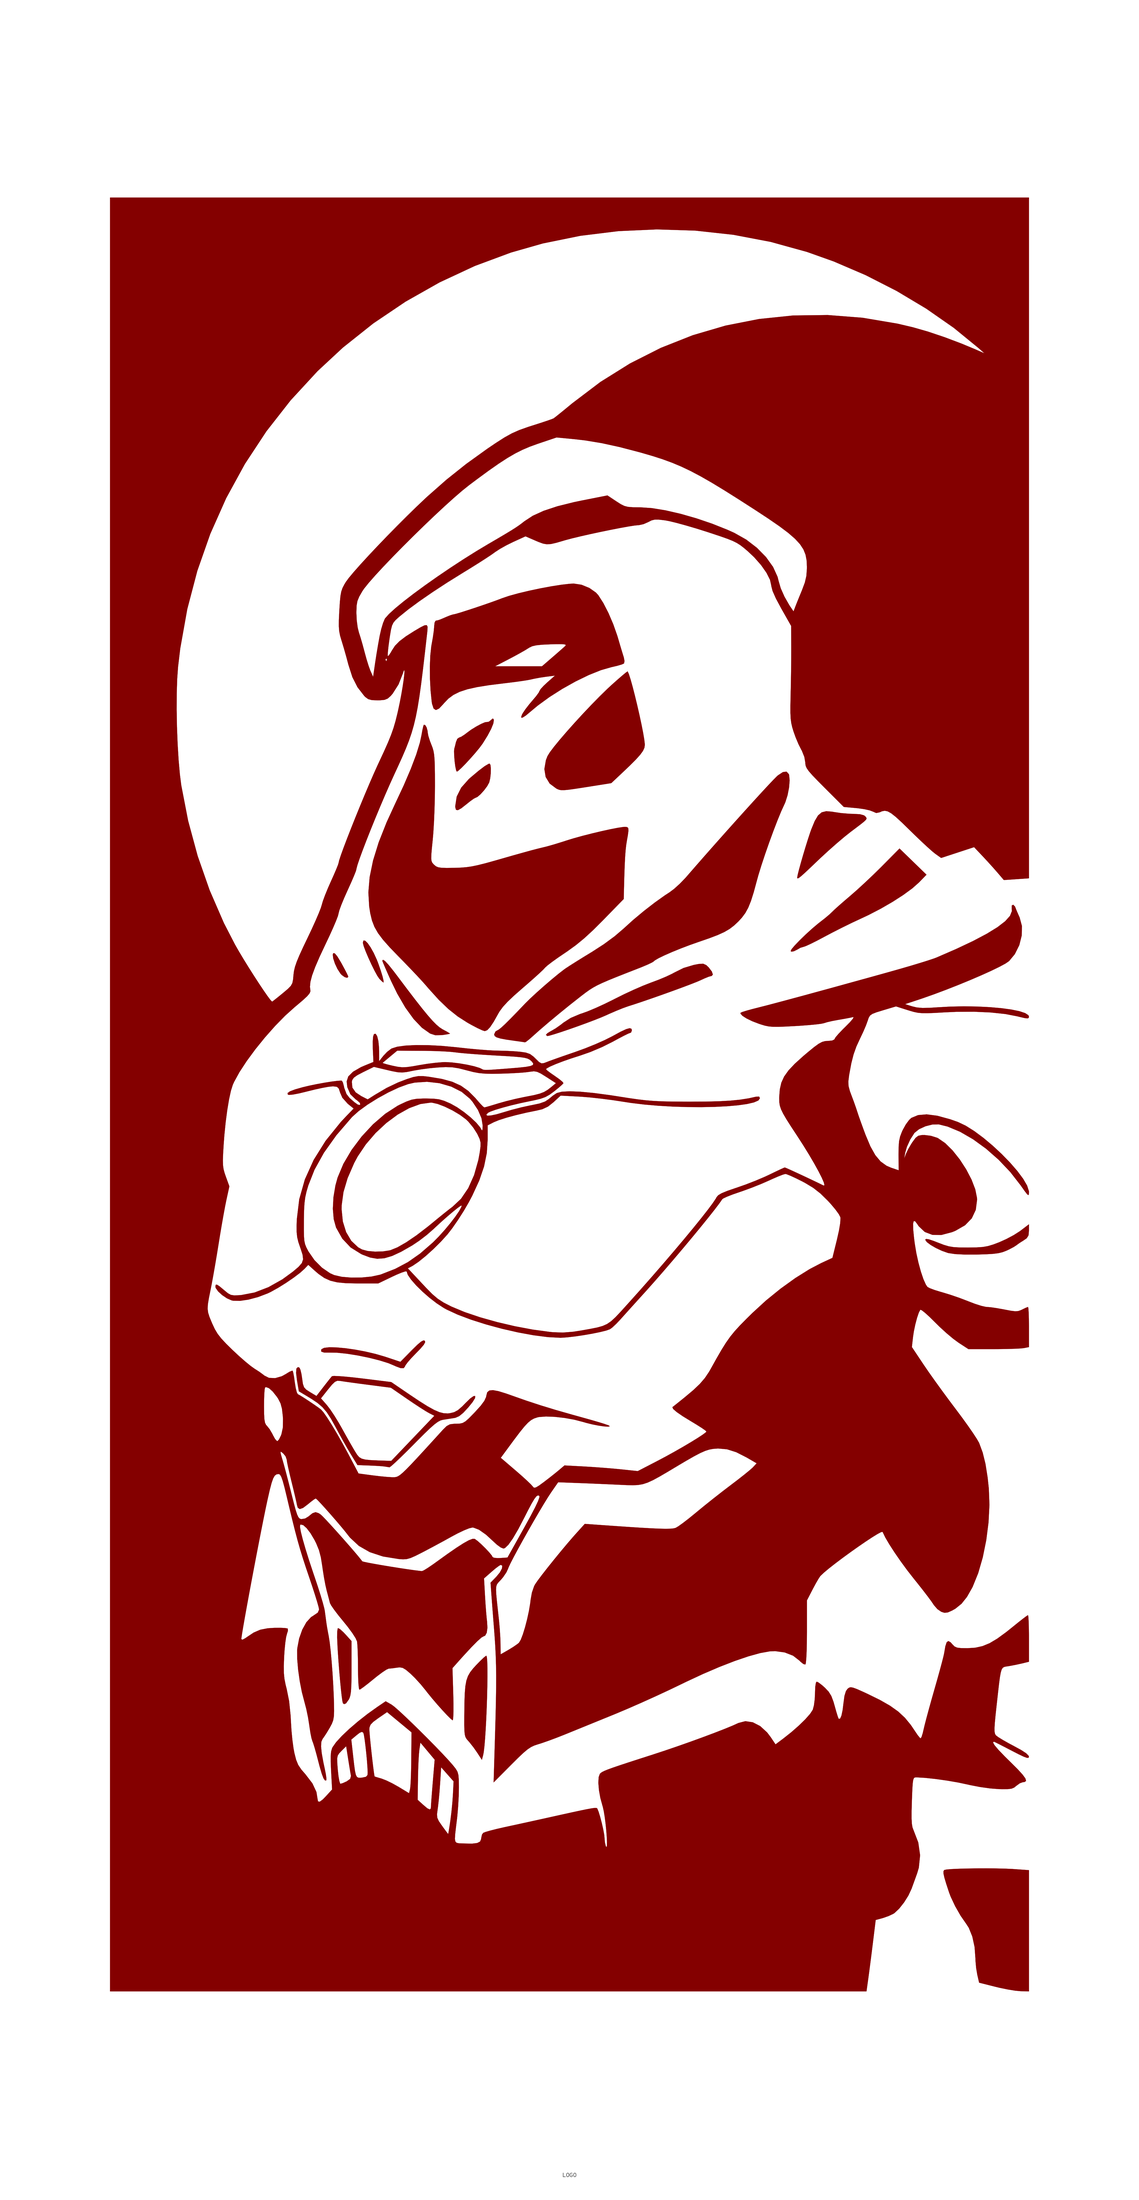
<source format=kicad_sym>
(kicad_symbol_lib
  (version 20220914)
  (generator "bitmap2component")
  (generator_version "9.0")
  (symbol "LOGO"
    (pin_names
      (offset 1.016))
    (property "Reference" "#G"
      (at 0 197.199 0)
      (effects (font (size 1.27 1.27)) hide))
    (symbol "LOGO_0_0"
      (polyline (pts (xy 65.949 -195.061) (xy 65.97 -194.91) (xy 66.172 -193.411) (xy 66.426 -191.467) (xy 66.701 -189.313) (xy 66.967 -187.183) (xy 67.595 -182.077) (xy 69.035 -181.692) (xy 69.222 -181.64) (xy 70.451 -181.206) (xy 71.488 -180.716) (xy 71.741 -180.549) (xy 72.769 -179.585) (xy 73.844 -178.228) (xy 74.81 -176.694) (xy 75.508 -175.2) (xy 75.729 -174.592) (xy 76.246 -173.167) (xy 76.756 -171.752) (xy 77.112 -170.548) (xy 77.396 -167.802) (xy 76.994 -164.989) (xy 75.914 -162.185) (xy 75.715 -161.654) (xy 75.578 -160.861) (xy 75.514 -159.716) (xy 75.516 -158.099) (xy 75.578 -155.888) (xy 75.609 -154.998) (xy 75.682 -153.211) (xy 75.761 -151.99) (xy 75.865 -151.227) (xy 76.013 -150.816) (xy 76.224 -150.649) (xy 76.518 -150.62) (xy 76.65 -150.623) (xy 78.531 -150.735) (xy 80.842 -150.984) (xy 83.341 -151.335) (xy 85.782 -151.755) (xy 87.923 -152.209) (xy 88.445 -152.33) (xy 90.652 -152.754) (xy 92.867 -153.063) (xy 94.746 -153.208) (xy 95.459 -153.225) (xy 96.741 -153.219) (xy 97.574 -153.118) (xy 98.145 -152.886) (xy 98.642 -152.489) (xy 98.659 -152.474) (xy 99.428 -151.916) (xy 100.082 -151.685) (xy 100.489 -151.643) (xy 100.785 -151.393) (xy 100.647 -150.875) (xy 100.048 -150.041) (xy 98.956 -148.845) (xy 97.344 -147.24) (xy 96.089 -146.004) (xy 94.696 -144.555) (xy 93.836 -143.538) (xy 93.497 -142.938) (xy 93.669 -142.741) (xy 93.67 -142.741) (xy 94.025 -142.903) (xy 94.884 -143.332) (xy 96.119 -143.964) (xy 97.604 -144.734) (xy 99.209 -145.558) (xy 100.319 -146.081) (xy 100.993 -146.32) (xy 101.328 -146.307) (xy 101.417 -146.076) (xy 101.347 -145.852) (xy 100.82 -145.316) (xy 99.732 -144.603) (xy 98.028 -143.674) (xy 96.979 -143.117) (xy 95.655 -142.369) (xy 94.65 -141.748) (xy 94.127 -141.349) (xy 94.097 -141.314) (xy 93.926 -141.007) (xy 93.832 -140.523) (xy 93.819 -139.757) (xy 93.889 -138.6) (xy 94.045 -136.947) (xy 94.29 -134.691) (xy 94.581 -132.068) (xy 94.812 -130.046) (xy 95.007 -128.562) (xy 95.192 -127.528) (xy 95.392 -126.86) (xy 95.634 -126.47) (xy 95.944 -126.271) (xy 96.347 -126.178) (xy 96.871 -126.103) (xy 97.053 -126.073) (xy 98.499 -125.802) (xy 99.901 -125.494) (xy 101.421 -125.126) (xy 101.421 -119.981) (xy 101.419 -119.213) (xy 101.395 -117.488) (xy 101.35 -116.099) (xy 101.287 -115.173) (xy 101.214 -114.837) (xy 100.882 -115.043) (xy 100.112 -115.619) (xy 99.021 -116.475) (xy 97.726 -117.521) (xy 96.389 -118.591) (xy 94.427 -120.023) (xy 92.734 -121.029) (xy 91.172 -121.673) (xy 89.607 -122.019) (xy 87.902 -122.131) (xy 87.864 -122.132) (xy 86.465 -122.117) (xy 85.583 -122.013) (xy 85.026 -121.775) (xy 84.601 -121.358) (xy 84.132 -120.836) (xy 83.632 -120.549) (xy 83.262 -120.819) (xy 82.97 -121.7) (xy 82.703 -123.244) (xy 82.696 -123.285) (xy 82.531 -124.02) (xy 82.202 -125.303) (xy 81.742 -127.008) (xy 81.186 -129.012) (xy 80.565 -131.187) (xy 80.547 -131.252) (xy 79.905 -133.505) (xy 79.307 -135.657) (xy 78.792 -137.561) (xy 78.401 -139.071) (xy 78.171 -140.041) (xy 77.974 -140.882) (xy 77.714 -141.706) (xy 77.516 -142.025) (xy 77.33 -141.885) (xy 76.846 -141.283) (xy 76.227 -140.368) (xy 75.344 -139.06) (xy 74.045 -137.479) (xy 72.556 -136.096) (xy 70.752 -134.814) (xy 68.509 -133.534) (xy 65.701 -132.16) (xy 64.858 -131.771) (xy 63.535 -131.18) (xy 62.659 -130.85) (xy 62.099 -130.745) (xy 61.72 -130.833) (xy 61.391 -131.08) (xy 61.018 -131.603) (xy 60.697 -132.65) (xy 60.476 -134.281) (xy 60.295 -135.757) (xy 60.033 -136.998) (xy 59.737 -137.677) (xy 59.43 -137.717) (xy 59.408 -137.684) (xy 59.209 -137.158) (xy 58.9 -136.158) (xy 58.538 -134.866) (xy 58.272 -133.933) (xy 57.797 -132.672) (xy 57.212 -131.727) (xy 56.381 -130.847) (xy 55.782 -130.316) (xy 55.02 -129.732) (xy 54.57 -129.504) (xy 54.384 -129.79) (xy 54.248 -130.67) (xy 54.199 -132.02) (xy 54.138 -133.369) (xy 53.962 -134.731) (xy 53.711 -135.687) (xy 53.698 -135.716) (xy 53.103 -136.622) (xy 52.042 -137.821) (xy 50.627 -139.201) (xy 48.974 -140.65) (xy 47.197 -142.058) (xy 45.482 -143.342) (xy 44.385 -141.709) (xy 43.62 -140.707) (xy 42.097 -139.314) (xy 40.464 -138.474) (xy 38.824 -138.231) (xy 37.281 -138.63) (xy 37.233 -138.654) (xy 35.986 -139.218) (xy 34.185 -139.956) (xy 31.948 -140.825) (xy 29.396 -141.78) (xy 26.648 -142.778) (xy 23.823 -143.773) (xy 21.042 -144.723) (xy 18.424 -145.583) (xy 15.447 -146.539) (xy 12.96 -147.344) (xy 11.015 -147.986) (xy 9.539 -148.49) (xy 8.461 -148.882) (xy 7.709 -149.189) (xy 7.212 -149.436) (xy 6.898 -149.65) (xy 6.695 -149.857) (xy 6.438 -150.571) (xy 6.369 -151.826) (xy 6.497 -153.417) (xy 6.808 -155.17) (xy 7.286 -156.906) (xy 7.346 -157.102) (xy 7.563 -158.067) (xy 7.769 -159.324) (xy 7.953 -160.75) (xy 8.105 -162.218) (xy 8.215 -163.604) (xy 8.272 -164.782) (xy 8.266 -165.627) (xy 8.186 -166.013) (xy 8.023 -165.815) (xy 8.015 -165.796) (xy 7.814 -164.925) (xy 7.717 -163.847) (xy 7.667 -163.316) (xy 7.457 -162.146) (xy 7.139 -160.742) (xy 6.772 -159.339) (xy 6.413 -158.171) (xy 6.122 -157.473) (xy 6.049 -157.405) (xy 5.843 -157.36) (xy 5.446 -157.377) (xy 4.785 -157.471) (xy 3.788 -157.655) (xy 2.382 -157.943) (xy 0.496 -158.348) (xy -1.944 -158.884) (xy -5.008 -159.564) (xy -6.724 -159.944) (xy -9.291 -160.508) (xy -11.88 -161.073) (xy -14.131 -161.559) (xy -14.315 -161.599) (xy -16.027 -161.989) (xy -17.487 -162.358) (xy -18.544 -162.664) (xy -19.05 -162.869) (xy -19.322 -163.257) (xy -19.497 -164.064) (xy -19.504 -164.22) (xy -19.739 -164.778) (xy -20.378 -165.109) (xy -21.522 -165.243) (xy -23.268 -165.209) (xy -23.672 -165.194) (xy -24.409 -165.166) (xy -24.905 -165.066) (xy -25.19 -164.786) (xy -25.295 -164.219) (xy -25.249 -163.259) (xy -25.084 -161.8) (xy -24.829 -159.734) (xy -24.767 -159.184) (xy -24.583 -157.037) (xy -24.458 -154.786) (xy -24.417 -152.837) (xy -24.419 -152.577) (xy -24.444 -151.089) (xy -24.53 -150.088) (xy -24.73 -149.374) (xy -25.097 -148.747) (xy -25.682 -148.007) (xy -25.82 -147.842) (xy -26.805 -146.73) (xy -28.11 -145.332) (xy -29.645 -143.739) (xy -31.321 -142.038) (xy -33.046 -140.32) (xy -34.73 -138.674) (xy -36.283 -137.19) (xy -37.614 -135.955) (xy -38.634 -135.061) (xy -39.251 -134.596) (xy -40.58 -133.836) (xy -42.47 -135.119) (xy -44.578 -136.625) (xy -46.685 -138.278) (xy -48.619 -139.935) (xy -48.719 -140.03) (xy -44.182 -140.03) (xy -44.151 -139.595) (xy -43.908 -138.993) (xy -43.312 -138.377) (xy -42.227 -137.578) (xy -40.271 -136.231) (xy -37.576 -138.461) (xy -34.88 -140.691) (xy -34.923 -146.456) (xy -34.936 -147.645) (xy -34.978 -149.585) (xy -35.038 -151.251) (xy -35.111 -152.494) (xy -35.191 -153.169) (xy -35.417 -154.117) (xy -37.734 -152.712) (xy -37.739 -152.709) (xy -39.102 -151.946) (xy -40.45 -151.294) (xy -41.491 -150.894) (xy -41.843 -150.793) (xy -42.652 -150.552) (xy -43.015 -150.432) (xy -43.068 -150.23) (xy -43.189 -149.447) (xy -43.349 -148.216) (xy -43.532 -146.692) (xy -43.72 -145.028) (xy -43.896 -143.376) (xy -44.043 -141.891) (xy -44.144 -140.724) (xy -44.182 -140.03) (xy -48.719 -140.03) (xy -50.271 -141.501) (xy -51.002 -142.297) (xy -48.166 -142.297) (xy -46.979 -141.302) (xy -46.313 -140.788) (xy -45.805 -140.58) (xy -45.509 -140.803) (xy -45.387 -141.257) (xy -45.221 -142.281) (xy -45.041 -143.684) (xy -44.864 -145.291) (xy -44.711 -146.927) (xy -44.601 -148.418) (xy -44.551 -149.588) (xy -44.596 -150.113) (xy -44.93 -150.499) (xy -45.771 -150.677) (xy -46.13 -150.716) (xy -46.597 -150.708) (xy -46.93 -150.516) (xy -47.171 -150.034) (xy -47.363 -149.158) (xy -47.55 -147.781) (xy -47.775 -145.799) (xy -48.166 -142.297) (xy -51.002 -142.297) (xy -51.534 -142.877) (xy -52.3 -143.967) (xy -52.43 -144.244) (xy -52.622 -144.93) (xy -52.713 -145.877) (xy -52.713 -146.426) (xy -51.283 -146.426) (xy -51.157 -145.819) (xy -50.859 -145.344) (xy -50.355 -144.813) (xy -49.301 -143.76) (xy -48.862 -146.559) (xy -48.824 -146.8) (xy -48.595 -148.228) (xy -48.396 -149.425) (xy -48.266 -150.153) (xy -48.241 -150.323) (xy -48.417 -150.955) (xy -49.168 -151.494) (xy -49.222 -151.522) (xy -50.037 -151.89) (xy -50.561 -152.042) (xy -50.631 -151.982) (xy -50.817 -151.403) (xy -51.001 -150.339) (xy -51.151 -148.955) (xy -51.165 -148.79) (xy -51.273 -147.354) (xy -51.283 -146.426) (xy -52.713 -146.426) (xy -52.712 -147.235) (xy -52.629 -149.155) (xy -52.406 -153.294) (xy -53.789 -154.805) (xy -54.457 -155.491) (xy -54.557 -155.566) (xy -33.521 -155.566) (xy -33.451 -150.852) (xy -33.45 -150.744) (xy -33.403 -148.817) (xy -33.331 -147.01) (xy -33.242 -145.522) (xy -33.147 -144.551) (xy -32.913 -142.962) (xy -31.338 -144.844) (xy -29.764 -146.725) (xy -30.176 -151.638) (xy -30.216 -152.12) (xy -30.361 -153.922) (xy -30.48 -155.463) (xy -30.558 -156.592) (xy -30.587 -157.159) (xy -30.619 -157.5) (xy -30.855 -157.712) (xy -31.394 -157.439) (xy -32.323 -156.655) (xy -33.521 -155.566) (xy -54.557 -155.566) (xy -55.14 -155.999) (xy -55.515 -155.928) (xy -55.632 -155.292) (xy -55.865 -153.845) (xy -56.747 -151.956) (xy -58.253 -149.988) (xy -59.212 -148.877) (xy -59.891 -147.862) (xy -60.344 -146.752) (xy -60.73 -145.245) (xy -60.925 -144.199) (xy -61.174 -142.356) (xy -61.375 -140.286) (xy -61.498 -138.269) (xy -61.563 -137.011) (xy -61.894 -133.797) (xy -62.433 -131.114) (xy -62.674 -130.169) (xy -62.929 -128.876) (xy -63.055 -127.589) (xy -63.072 -126.068) (xy -62.998 -124.075) (xy -62.899 -122.543) (xy -62.741 -120.946) (xy -62.558 -119.696) (xy -62.373 -118.976) (xy -62.152 -118.274) (xy -62.2 -117.806) (xy -62.233 -117.784) (xy -62.792 -117.685) (xy -63.836 -117.635) (xy -65.171 -117.647) (xy -66.609 -117.738) (xy -68.261 -118.055) (xy -69.719 -118.684) (xy -71.281 -119.727) (xy -71.514 -119.896) (xy -72.209 -120.274) (xy -72.444 -120.123) (xy -72.419 -119.855) (xy -72.278 -118.9) (xy -72.025 -117.386) (xy -71.677 -115.404) (xy -71.252 -113.044) (xy -70.766 -110.395) (xy -70.236 -107.549) (xy -69.678 -104.595) (xy -69.111 -101.622) (xy -68.55 -98.722) (xy -68.013 -95.983) (xy -67.517 -93.496) (xy -67.078 -91.35) (xy -66.714 -89.637) (xy -66.633 -89.27) (xy -66.154 -87.175) (xy -65.759 -85.675) (xy -65.408 -84.674) (xy -65.061 -84.076) (xy -64.678 -83.788) (xy -64.219 -83.713) (xy -64.181 -83.714) (xy -63.901 -83.869) (xy -63.622 -84.343) (xy -63.308 -85.23) (xy -62.925 -86.628) (xy -62.438 -88.632) (xy -61.959 -90.659) (xy -61.244 -93.631) (xy -60.618 -96.132) (xy -60.041 -98.306) (xy -59.474 -100.297) (xy -58.876 -102.249) (xy -58.206 -104.305) (xy -57.426 -106.608) (xy -56.781 -108.523) (xy -56.18 -110.379) (xy -55.703 -111.927) (xy -55.389 -113.044) (xy -55.276 -113.608) (xy -55.56 -114.282) (xy -56.54 -114.951) (xy -57.061 -115.281) (xy -58.093 -116.42) (xy -58.992 -118.04) (xy -59.68 -119.984) (xy -60.08 -122.093) (xy -60.12 -122.607) (xy -60.104 -124.547) (xy -59.906 -126.877) (xy -59.555 -129.377) (xy -59.079 -131.827) (xy -58.507 -134.01) (xy -58.104 -135.543) (xy -57.718 -137.406) (xy -57.438 -139.172) (xy -57.397 -139.491) (xy -57.179 -140.892) (xy -56.948 -142.02) (xy -56.748 -142.658) (xy -56.595 -143.044) (xy -56.281 -144.042) (xy -55.889 -145.43) (xy -55.468 -147.034) (xy -55.181 -148.14) (xy -54.697 -149.805) (xy -54.3 -150.847) (xy -53.967 -151.32) (xy -53.673 -151.278) (xy -53.666 -151.268) (xy -53.662 -150.81) (xy -53.799 -149.863) (xy -54.05 -148.619) (xy -54.325 -147.344) (xy -54.699 -145.28) (xy -54.846 -143.773) (xy -54.773 -142.741) (xy -54.484 -142.105) (xy -54.201 -141.724) (xy -53.599 -140.804) (xy -52.938 -139.7) (xy -52.918 -139.666) (xy -52.454 -138.798) (xy -52.165 -138.036) (xy -52.016 -137.175) (xy -51.97 -136.009) (xy -51.992 -134.334) (xy -52.04 -132.734) (xy -52.158 -130.187) (xy -52.319 -127.56) (xy -52.513 -125.013) (xy -52.725 -122.705) (xy -52.945 -120.795) (xy -53.159 -119.44) (xy -53.299 -118.729) (xy -53.532 -117.428) (xy -53.683 -116.446) (xy -53.708 -116.247) (xy -53.861 -115.089) (xy -54.033 -113.832) (xy -54.136 -113.321) (xy -54.461 -112.096) (xy -54.95 -110.45) (xy -55.558 -108.534) (xy -56.24 -106.498) (xy -56.523 -105.67) (xy -57.479 -102.786) (xy -58.271 -100.255) (xy -58.883 -98.141) (xy -59.295 -96.506) (xy -59.491 -95.415) (xy -59.454 -94.93) (xy -59.333 -94.853) (xy -58.773 -94.993) (xy -58.023 -95.665) (xy -57.171 -96.779) (xy -56.301 -98.246) (xy -55.915 -99.013) (xy -55.304 -100.504) (xy -54.885 -102.099) (xy -54.566 -104.104) (xy -54.483 -104.71) (xy -54.2 -106.51) (xy -53.884 -108.196) (xy -53.59 -109.47) (xy -53.371 -110.284) (xy -53.071 -111.423) (xy -52.882 -112.176) (xy -52.603 -112.711) (xy -51.949 -113.659) (xy -51.02 -114.879) (xy -49.915 -116.234) (xy -48.933 -117.449) (xy -47.933 -118.807) (xy -47.224 -119.917) (xy -46.903 -120.639) (xy -46.891 -120.707) (xy -46.811 -121.555) (xy -46.746 -122.92) (xy -46.702 -124.629) (xy -46.686 -126.508) (xy -46.684 -126.966) (xy -46.653 -128.663) (xy -46.586 -130.037) (xy -46.491 -130.957) (xy -46.378 -131.293) (xy -46.166 -131.191) (xy -45.483 -130.717) (xy -44.475 -129.943) (xy -43.274 -128.968) (xy -42.455 -128.306) (xy -41.309 -127.448) (xy -40.414 -126.858) (xy -39.914 -126.638) (xy -39.87 -126.637) (xy -39.101 -126.569) (xy -38.086 -126.425) (xy -37.471 -126.36) (xy -36.814 -126.478) (xy -36.096 -126.911) (xy -35.096 -127.758) (xy -34.099 -128.732) (xy -32.845 -130.106) (xy -31.738 -131.459) (xy -31.344 -131.969) (xy -30.33 -133.212) (xy -29.201 -134.531) (xy -28.07 -135.8) (xy -27.05 -136.893) (xy -26.256 -137.684) (xy -25.8 -138.046) (xy -25.735 -137.944) (xy -25.657 -137.262) (xy -25.617 -136.035) (xy -25.617 -134.364) (xy -25.659 -132.355) (xy -25.833 -126.53) (xy -24.543 -125.08) (xy -23.429 -123.838) (xy -21.686 -121.956) (xy -20.342 -120.594) (xy -19.411 -119.766) (xy -18.907 -119.487) (xy -18.626 -119.38) (xy -18.269 -118.728) (xy -18.118 -117.611) (xy -18.207 -116.182) (xy -18.281 -115.547) (xy -18.405 -114.183) (xy -18.532 -112.492) (xy -18.645 -110.701) (xy -18.867 -106.744) (xy -17.164 -105.245) (xy -16.327 -104.54) (xy -15.564 -103.967) (xy -15.154 -103.746) (xy -14.838 -103.963) (xy -14.918 -104.567) (xy -15.37 -105.412) (xy -16.138 -106.349) (xy -17.429 -107.678) (xy -17.314 -109.27) (xy -16.218 -109.27) (xy -16.182 -108.605) (xy -16.055 -108.145) (xy -15.834 -107.789) (xy -15.513 -107.436) (xy -15.085 -106.985) (xy -14.627 -106.435) (xy -13.928 -105.406) (xy -13.546 -104.577) (xy -13.444 -104.294) (xy -13.006 -103.364) (xy -12.295 -101.986) (xy -11.371 -100.269) (xy -10.295 -98.319) (xy -9.127 -96.244) (xy -7.929 -94.151) (xy -6.761 -92.149) (xy -5.684 -90.344) (xy -4.758 -88.843) (xy -4.044 -87.754) (xy -2.504 -85.535) (xy 1.789 -85.695) (xy 3.531 -85.763) (xy 6.015 -85.866) (xy 8.589 -85.977) (xy 10.911 -86.082) (xy 12.607 -86.16) (xy 13.981 -86.192) (xy 15.132 -86.138) (xy 16.179 -85.957) (xy 17.244 -85.611) (xy 18.446 -85.062) (xy 19.906 -84.269) (xy 21.744 -83.194) (xy 24.079 -81.797) (xy 25.749 -80.808) (xy 27.517 -79.799) (xy 28.883 -79.084) (xy 29.959 -78.611) (xy 30.861 -78.324) (xy 31.7 -78.169) (xy 32.771 -78.087) (xy 34.752 -78.257) (xy 36.792 -78.897) (xy 39.079 -80.057) (xy 41.31 -81.351) (xy 40.51 -82.213) (xy 40.402 -82.322) (xy 39.689 -82.948) (xy 38.568 -83.862) (xy 37.168 -84.961) (xy 35.621 -86.138) (xy 33.876 -87.467) (xy 31.763 -89.118) (xy 29.691 -90.773) (xy 27.929 -92.22) (xy 27.757 -92.364) (xy 26.336 -93.518) (xy 25.052 -94.508) (xy 24.039 -95.234) (xy 23.432 -95.593) (xy 23.427 -95.595) (xy 22.977 -95.708) (xy 22.272 -95.775) (xy 21.246 -95.796) (xy 19.834 -95.767) (xy 17.971 -95.686) (xy 15.591 -95.551) (xy 12.629 -95.36) (xy 9.019 -95.111) (xy 3.37 -94.712) (xy 1.47 -96.814) (xy 0.755 -97.618) (xy -0.569 -99.157) (xy -2.013 -100.883) (xy -3.479 -102.674) (xy -4.869 -104.408) (xy -6.085 -105.965) (xy -7.03 -107.223) (xy -7.605 -108.061) (xy -7.818 -108.466) (xy -8.3 -109.867) (xy -8.584 -111.459) (xy -8.666 -112.169) (xy -8.952 -113.888) (xy -9.35 -115.722) (xy -9.813 -117.508) (xy -10.299 -119.081) (xy -10.761 -120.276) (xy -11.156 -120.93) (xy -11.495 -121.21) (xy -12.411 -121.847) (xy -13.505 -122.518) (xy -15.204 -123.49) (xy -15.227 -121.221) (xy -15.28 -119.691) (xy -15.399 -117.844) (xy -15.557 -116.089) (xy -15.567 -115.995) (xy -15.838 -113.502) (xy -16.041 -111.617) (xy -16.169 -110.24) (xy -16.218 -109.27) (xy -17.314 -109.27) (xy -17.242 -110.274) (xy -17.228 -110.467) (xy -17.12 -111.915) (xy -16.975 -113.811) (xy -16.81 -115.933) (xy -16.642 -118.056) (xy -16.55 -119.257) (xy -16.398 -121.501) (xy -16.288 -123.661) (xy -16.217 -125.852) (xy -16.186 -128.186) (xy -16.194 -130.779) (xy -16.238 -133.744) (xy -16.318 -137.196) (xy -16.434 -141.248) (xy -16.75 -151.74) (xy -12.847 -147.819) (xy -11.371 -146.352) (xy -10.188 -145.232) (xy -9.267 -144.457) (xy -8.49 -143.939) (xy -7.74 -143.587) (xy -6.899 -143.313) (xy -6.073 -143.054) (xy -4.547 -142.521) (xy -2.776 -141.86) (xy -0.996 -141.158) (xy -0.912 -141.124) (xy 0.683 -140.475) (xy 2.752 -139.633) (xy 5.116 -138.671) (xy 7.597 -137.661) (xy 10.017 -136.676) (xy 10.222 -136.592) (xy 12.866 -135.478) (xy 15.889 -134.154) (xy 19.054 -132.725) (xy 22.124 -131.299) (xy 24.863 -129.983) (xy 25.613 -129.617) (xy 29.439 -127.835) (xy 33.09 -126.27) (xy 36.48 -124.955) (xy 39.523 -123.921) (xy 42.132 -123.202) (xy 44.22 -122.828) (xy 45.406 -122.781) (xy 47.507 -123.07) (xy 49.36 -123.79) (xy 50.766 -124.879) (xy 50.985 -125.11) (xy 51.637 -125.633) (xy 52.066 -125.739) (xy 52.17 -125.394) (xy 52.268 -124.411) (xy 52.344 -122.884) (xy 52.393 -120.905) (xy 52.41 -118.563) (xy 52.41 -111.599) (xy 53.653 -109.193) (xy 53.722 -109.058) (xy 54.387 -107.826) (xy 54.969 -106.822) (xy 55.352 -106.251) (xy 55.434 -106.159) (xy 56.172 -105.46) (xy 57.297 -104.521) (xy 58.715 -103.411) (xy 60.329 -102.197) (xy 62.045 -100.947) (xy 63.767 -99.729) (xy 65.399 -98.609) (xy 66.846 -97.656) (xy 68.013 -96.938) (xy 68.805 -96.522) (xy 69.126 -96.475) (xy 69.169 -96.596) (xy 69.699 -97.699) (xy 70.587 -99.21) (xy 71.746 -101.004) (xy 73.093 -102.953) (xy 74.543 -104.931) (xy 76.012 -106.811) (xy 76.709 -107.676) (xy 77.959 -109.258) (xy 79.046 -110.671) (xy 79.874 -111.789) (xy 80.344 -112.482) (xy 80.425 -112.612) (xy 81.208 -113.514) (xy 82.077 -114.11) (xy 82.748 -114.318) (xy 83.487 -114.256) (xy 84.478 -113.823) (xy 85.186 -113.42) (xy 86.546 -112.324) (xy 87.746 -110.819) (xy 88.917 -108.755) (xy 89.007 -108.573) (xy 90.224 -105.578) (xy 91.233 -102.089) (xy 92.002 -98.292) (xy 92.501 -94.373) (xy 92.699 -90.519) (xy 92.564 -86.917) (xy 92.299 -84.452) (xy 91.825 -81.465) (xy 91.212 -78.983) (xy 90.436 -76.882) (xy 90.407 -76.82) (xy 89.92 -75.972) (xy 89.083 -74.69) (xy 87.976 -73.093) (xy 86.681 -71.297) (xy 85.278 -69.42) (xy 83.929 -67.627) (xy 82.294 -65.412) (xy 80.711 -63.226) (xy 79.309 -61.248) (xy 78.216 -59.655) (xy 75.582 -55.709) (xy 75.827 -53.523) (xy 76.011 -52.286) (xy 76.332 -50.747) (xy 76.715 -49.294) (xy 77.105 -48.135) (xy 77.447 -47.476) (xy 77.449 -47.474) (xy 77.785 -47.612) (xy 78.505 -48.179) (xy 79.504 -49.088) (xy 80.677 -50.247) (xy 81.713 -51.268) (xy 83.228 -52.651) (xy 84.679 -53.866) (xy 85.856 -54.733) (xy 88.055 -56.166) (xy 93.62 -56.166) (xy 94.598 -56.163) (xy 96.551 -56.136) (xy 98.257 -56.087) (xy 99.56 -56.021) (xy 100.303 -55.943) (xy 101.421 -55.719) (xy 101.421 -51.292) (xy 101.421 -51.136) (xy 101.404 -49.472) (xy 101.361 -48.114) (xy 101.299 -47.2) (xy 101.225 -46.865) (xy 101.2 -46.867) (xy 100.719 -47.051) (xy 99.927 -47.434) (xy 99.669 -47.562) (xy 99.078 -47.772) (xy 98.407 -47.821) (xy 97.45 -47.708) (xy 96.003 -47.434) (xy 95.762 -47.386) (xy 94.278 -47.122) (xy 92.977 -46.935) (xy 92.117 -46.865) (xy 91.876 -46.844) (xy 90.879 -46.616) (xy 89.534 -46.187) (xy 88.062 -45.626) (xy 87.853 -45.54) (xy 85.995 -44.835) (xy 83.993 -44.151) (xy 82.244 -43.624) (xy 81.875 -43.521) (xy 80.554 -43.112) (xy 79.537 -42.73) (xy 79.019 -42.448) (xy 78.676 -41.954) (xy 78.13 -40.741) (xy 77.567 -39.075) (xy 77.03 -37.106) (xy 76.564 -34.987) (xy 76.212 -32.868) (xy 76.055 -31.641) (xy 75.868 -29.743) (xy 75.844 -28.511) (xy 75.986 -27.924) (xy 76.296 -27.962) (xy 76.779 -28.604) (xy 77.089 -29.066) (xy 78.427 -30.327) (xy 80.108 -30.968) (xy 82.119 -30.984) (xy 84.444 -30.372) (xy 85.194 -30.068) (xy 87.317 -28.851) (xy 88.806 -27.321) (xy 89.685 -25.452) (xy 89.973 -23.217) (xy 89.958 -22.828) (xy 89.575 -20.923) (xy 88.748 -18.769) (xy 87.573 -16.52) (xy 86.149 -14.328) (xy 84.573 -12.349) (xy 82.944 -10.737) (xy 81.358 -9.644) (xy 81.141 -9.542) (xy 79.772 -9.116) (xy 78.378 -8.944) (xy 77.766 -8.956) (xy 76.994 -9.107) (xy 76.408 -9.557) (xy 75.734 -10.464) (xy 75.413 -10.955) (xy 74.742 -12.109) (xy 74.29 -13.058) (xy 73.883 -14.131) (xy 74.101 -12.879) (xy 74.481 -11.558) (xy 75.228 -9.919) (xy 76.14 -8.499) (xy 76.173 -8.459) (xy 77.18 -7.655) (xy 78.597 -7.008) (xy 80.135 -6.621) (xy 81.504 -6.596) (xy 83.464 -7.08) (xy 86.215 -8.226) (xy 89.081 -9.882) (xy 91.955 -11.967) (xy 94.731 -14.404) (xy 97.303 -17.112) (xy 99.565 -20.014) (xy 99.625 -20.099) (xy 100.477 -21.306) (xy 101.005 -21.989) (xy 101.288 -22.209) (xy 101.4 -22.028) (xy 101.421 -21.509) (xy 101.409 -21.31) (xy 101.018 -20.095) (xy 100.136 -18.585) (xy 98.849 -16.864) (xy 97.244 -15.018) (xy 95.406 -13.131) (xy 93.424 -11.29) (xy 91.382 -9.578) (xy 89.367 -8.082) (xy 87.466 -6.886) (xy 85.765 -6.076) (xy 84.012 -5.46) (xy 81.188 -4.691) (xy 78.846 -4.389) (xy 76.947 -4.551) (xy 75.456 -5.173) (xy 74.965 -5.63) (xy 74.235 -6.619) (xy 73.573 -7.811) (xy 73.363 -8.271) (xy 72.978 -9.284) (xy 72.757 -10.298) (xy 72.659 -11.551) (xy 72.643 -13.281) (xy 72.663 -16.723) (xy 70.963 -16.143) (xy 69.982 -15.719) (xy 68.672 -14.775) (xy 67.51 -13.384) (xy 66.428 -11.459) (xy 65.355 -8.91) (xy 64.91 -7.718) (xy 64.314 -6.082) (xy 63.822 -4.691) (xy 63.512 -3.756) (xy 63.246 -2.947) (xy 62.755 -1.558) (xy 62.223 -0.143) (xy 61.895 0.742) (xy 61.601 1.842) (xy 61.554 2.862) (xy 61.712 4.15) (xy 61.759 4.437) (xy 62.208 6.86) (xy 62.709 8.828) (xy 63.331 10.577) (xy 64.144 12.342) (xy 64.184 12.422) (xy 64.862 13.855) (xy 65.452 15.233) (xy 65.829 16.266) (xy 66.046 16.914) (xy 66.344 17.405) (xy 66.859 17.77) (xy 67.746 18.117) (xy 69.164 18.554) (xy 72.073 19.422) (xy 74.673 18.599) (xy 75.075 18.474) (xy 76.043 18.197) (xy 76.919 18.02) (xy 77.865 17.932) (xy 79.043 17.924) (xy 80.612 17.986) (xy 82.734 18.108) (xy 85.38 18.227) (xy 89.31 18.25) (xy 92.96 18.087) (xy 96.19 17.746) (xy 98.862 17.233) (xy 99.386 17.101) (xy 100.493 16.845) (xy 101.105 16.775) (xy 101.366 16.887) (xy 101.421 17.179) (xy 101.306 17.473) (xy 100.59 17.949) (xy 99.293 18.375) (xy 97.499 18.74) (xy 95.292 19.038) (xy 92.757 19.259) (xy 89.979 19.395) (xy 87.043 19.438) (xy 84.031 19.379) (xy 81.03 19.21) (xy 79.528 19.113) (xy 77.922 19.084) (xy 76.701 19.185) (xy 75.678 19.424) (xy 74.083 19.925) (xy 77.109 20.924) (xy 77.879 21.182) (xy 80.434 22.082) (xy 83.117 23.087) (xy 85.827 24.152) (xy 88.464 25.235) (xy 90.928 26.294) (xy 93.119 27.285) (xy 94.936 28.167) (xy 96.279 28.895) (xy 97.048 29.428) (xy 98.311 30.955) (xy 99.297 32.939) (xy 99.832 35.075) (xy 99.869 37.175) (xy 99.365 39.053) (xy 99.154 39.513) (xy 98.709 40.535) (xy 98.435 41.23) (xy 98.35 41.44) (xy 97.953 41.855) (xy 97.632 41.681) (xy 97.626 40.989) (xy 97.66 40.452) (xy 97.236 39.396) (xy 96.179 38.215) (xy 94.478 36.904) (xy 92.123 35.455) (xy 89.104 33.861) (xy 85.409 32.115) (xy 81.03 30.211) (xy 80.521 30.018) (xy 79.242 29.589) (xy 77.474 29.035) (xy 75.342 28.394) (xy 72.968 27.702) (xy 70.476 26.998) (xy 65.785 25.697) (xy 60.832 24.329) (xy 56.302 23.085) (xy 52.238 21.976) (xy 48.686 21.016) (xy 45.689 20.215) (xy 43.292 19.585) (xy 41.539 19.14) (xy 40.498 18.875) (xy 39.161 18.509) (xy 38.203 18.213) (xy 37.783 18.035) (xy 37.746 17.833) (xy 38.158 17.36) (xy 39.056 16.779) (xy 40.32 16.162) (xy 41.83 15.584) (xy 42.266 15.439) (xy 43.148 15.177) (xy 43.977 15.01) (xy 44.908 14.927) (xy 46.093 14.919) (xy 47.686 14.977) (xy 49.839 15.091) (xy 50.924 15.157) (xy 52.809 15.297) (xy 54.406 15.449) (xy 55.572 15.596) (xy 56.166 15.726) (xy 56.864 15.943) (xy 58.023 16.208) (xy 59.386 16.462) (xy 60.74 16.696) (xy 61.9 16.915) (xy 62.606 17.069) (xy 62.717 17.044) (xy 62.526 16.669) (xy 61.902 15.939) (xy 60.906 14.934) (xy 60.333 14.37) (xy 59.387 13.381) (xy 58.735 12.617) (xy 58.492 12.207) (xy 58.464 12.125) (xy 57.979 11.895) (xy 57.039 11.806) (xy 56.432 11.77) (xy 55.753 11.588) (xy 54.988 11.175) (xy 53.991 10.447) (xy 52.612 9.321) (xy 51.615 8.477) (xy 49.732 6.777) (xy 48.344 5.306) (xy 47.379 3.952) (xy 46.764 2.602) (xy 46.428 1.142) (xy 46.297 -0.539) (xy 46.29 -0.865) (xy 46.31 -1.697) (xy 46.429 -2.464) (xy 46.697 -3.277) (xy 47.166 -4.243) (xy 47.885 -5.473) (xy 48.905 -7.077) (xy 50.277 -9.162) (xy 51.605 -11.218) (xy 52.88 -13.284) (xy 54.011 -15.213) (xy 54.958 -16.927) (xy 55.681 -18.349) (xy 56.138 -19.402) (xy 56.288 -20.01) (xy 56.09 -20.093) (xy 56.067 -20.081) (xy 55.328 -19.711) (xy 54.198 -19.167) (xy 52.828 -18.517) (xy 51.364 -17.83) (xy 49.954 -17.176) (xy 48.746 -16.623) (xy 47.888 -16.241) (xy 47.528 -16.099) (xy 47.332 -16.17) (xy 46.602 -16.496) (xy 45.474 -17.027) (xy 44.091 -17.696) (xy 43.104 -18.155) (xy 41.063 -19.021) (xy 38.859 -19.875) (xy 36.823 -20.586) (xy 36.624 -20.651) (xy 34.803 -21.277) (xy 33.57 -21.788) (xy 32.824 -22.232) (xy 32.465 -22.656) (xy 32.298 -22.965) (xy 31.609 -23.99) (xy 30.514 -25.457) (xy 29.062 -27.306) (xy 27.304 -29.477) (xy 25.288 -31.911) (xy 23.066 -34.546) (xy 20.687 -37.324) (xy 18.201 -40.183) (xy 15.659 -43.064) (xy 13.11 -45.906) (xy 12.823 -46.223) (xy 11.324 -47.881) (xy 10.161 -49.113) (xy 9.197 -50.001) (xy 8.295 -50.624) (xy 7.319 -51.061) (xy 6.134 -51.393) (xy 4.601 -51.699) (xy 2.585 -52.058) (xy 0.817 -52.335) (xy -1.47 -52.516) (xy -3.627 -52.44) (xy -4.365 -52.367) (xy -8.098 -51.862) (xy -12.023 -51.126) (xy -15.96 -50.206) (xy -19.726 -49.148) (xy -23.14 -47.996) (xy -26.021 -46.797) (xy -26.164 -46.729) (xy -27.79 -45.895) (xy -29.083 -45.055) (xy -30.299 -44.021) (xy -31.691 -42.605) (xy -32.419 -41.829) (xy -33.515 -40.659) (xy -34.41 -39.705) (xy -34.96 -39.12) (xy -35.683 -38.351) (xy -34.834 -37.909) (xy -34.608 -37.784) (xy -33.3 -36.895) (xy -31.725 -35.621) (xy -30.035 -34.099) (xy -28.386 -32.466) (xy -26.933 -30.86) (xy -25.899 -29.529) (xy -24.626 -27.698) (xy -23.349 -25.699) (xy -22.233 -23.778) (xy -21.464 -22.326) (xy -19.917 -18.969) (xy -18.862 -15.883) (xy -18.258 -12.933) (xy -18.066 -9.984) (xy -18.066 -6.812) (xy -16.706 -6.118) (xy -15.608 -5.666) (xy -13.926 -5.128) (xy -11.855 -4.566) (xy -9.558 -4.022) (xy -7.199 -3.541) (xy -6.001 -3.255) (xy -4.755 -2.681) (xy -3.524 -1.702) (xy -1.953 -0.253) (xy 2.243 -0.475) (xy 2.603 -0.496) (xy 4.665 -0.668) (xy 7.1 -0.935) (xy 9.631 -1.264) (xy 11.985 -1.623) (xy 13.549 -1.863) (xy 16.501 -2.22) (xy 19.612 -2.489) (xy 22.803 -2.673) (xy 25.994 -2.774) (xy 29.107 -2.794) (xy 32.061 -2.736) (xy 34.779 -2.6) (xy 37.18 -2.39) (xy 39.185 -2.107) (xy 40.716 -1.753) (xy 41.692 -1.331) (xy 42.035 -0.842) (xy 41.87 -0.466) (xy 41.23 -0.481) (xy 39.549 -0.851) (xy 37.663 -1.147) (xy 35.529 -1.36) (xy 33.031 -1.499) (xy 30.051 -1.573) (xy 26.473 -1.59) (xy 25.144 -1.587) (xy 22.553 -1.566) (xy 20.428 -1.518) (xy 18.597 -1.431) (xy 16.887 -1.291) (xy 15.124 -1.086) (xy 13.136 -0.803) (xy 10.75 -0.429) (xy 8.848 -0.136) (xy 5.343 0.328) (xy 2.392 0.607) (xy 0.03 0.698) (xy -1.711 0.602) (xy -2.796 0.314) (xy -2.828 0.297) (xy -3.65 -0.247) (xy -4.528 -0.973) (xy -4.57 -1.011) (xy -5.403 -1.56) (xy -6.618 -1.99) (xy -8.381 -2.363) (xy -8.783 -2.437) (xy -10.64 -2.843) (xy -12.697 -3.371) (xy -14.578 -3.926) (xy -16.135 -4.38) (xy -17.381 -4.641) (xy -18.15 -4.675) (xy -18.376 -4.479) (xy -17.992 -4.051) (xy -17.478 -3.788) (xy -16.329 -3.375) (xy -14.736 -2.898) (xy -12.843 -2.396) (xy -10.792 -1.909) (xy -8.724 -1.475) (xy -7.876 -1.306) (xy -6.409 -0.957) (xy -5.32 -0.567) (xy -4.379 -0.043) (xy -3.358 0.708) (xy -3.349 0.715) (xy -2.368 1.512) (xy -1.644 2.148) (xy -1.331 2.486) (xy -1.547 2.793) (xy -2.222 3.36) (xy -3.209 4.06) (xy -4.193 4.739) (xy -4.912 5.287) (xy -5.187 5.569) (xy -5.014 5.757) (xy -4.269 6.163) (xy -3.043 6.694) (xy -1.455 7.304) (xy 0.377 7.946) (xy 2.334 8.571) (xy 4.607 9.365) (xy 7.218 10.469) (xy 9.582 11.652) (xy 10.818 12.326) (xy 12.075 12.983) (xy 12.992 13.43) (xy 13.428 13.594) (xy 13.587 13.655) (xy 13.773 14.131) (xy 13.674 14.498) (xy 13.275 14.62) (xy 12.503 14.408) (xy 11.283 13.84) (xy 9.542 12.894) (xy 9.417 12.825) (xy 7.774 12.001) (xy 5.705 11.082) (xy 3.445 10.171) (xy 1.23 9.367) (xy 0.423 9.092) (xy -1.436 8.45) (xy -3.078 7.872) (xy -4.351 7.413) (xy -5.098 7.126) (xy -5.654 6.913) (xy -6.204 6.862) (xy -6.737 7.17) (xy -7.503 7.919) (xy -7.93 8.338) (xy -8.708 8.914) (xy -9.619 9.235) (xy -10.954 9.428) (xy -12.324 9.538) (xy -14.149 9.628) (xy -15.883 9.665) (xy -16.546 9.68) (xy -18.167 9.771) (xy -20.193 9.929) (xy -22.43 10.138) (xy -24.684 10.383) (xy -25.033 10.423) (xy -28.205 10.717) (xy -31.194 10.874) (xy -33.895 10.894) (xy -36.204 10.78) (xy -38.017 10.533) (xy -39.231 10.154) (xy -39.379 10.072) (xy -40.266 9.39) (xy -41.105 8.504) (xy -42.027 7.334) (xy -42.031 9.546) (xy -42.05 10.334) (xy -42.192 11.778) (xy -42.446 12.83) (xy -42.779 13.382) (xy -43.161 13.327) (xy -43.346 12.778) (xy -43.435 11.642) (xy -43.414 10.055) (xy -43.283 7.167) (xy -43.764 6.972) (xy -41.255 6.972) (xy -41.066 7.134) (xy -40.453 7.647) (xy -39.587 8.368) (xy -38.032 9.659) (xy -32.611 9.633) (xy -31.91 9.627) (xy -29.831 9.584) (xy -27.896 9.507) (xy -26.296 9.407) (xy -25.221 9.292) (xy -24.281 9.177) (xy -22.751 9.036) (xy -20.808 8.884) (xy -18.604 8.733) (xy -16.293 8.595) (xy -14.037 8.467) (xy -12.182 8.344) (xy -10.841 8.222) (xy -9.907 8.086) (xy -9.276 7.92) (xy -8.844 7.708) (xy -8.503 7.435) (xy -8.239 7.169) (xy -7.996 6.789) (xy -8.1 6.499) (xy -8.625 6.273) (xy -9.644 6.087) (xy -11.23 5.916) (xy -13.458 5.733) (xy -13.568 5.725) (xy -15.598 5.57) (xy -17.038 5.467) (xy -18.005 5.414) (xy -18.617 5.411) (xy -18.991 5.457) (xy -19.245 5.552) (xy -19.497 5.693) (xy -19.871 5.864) (xy -21.05 6.223) (xy -22.616 6.57) (xy -24.349 6.865) (xy -26.029 7.068) (xy -27.438 7.139) (xy -27.946 7.123) (xy -29.535 6.994) (xy -31.392 6.763) (xy -33.213 6.466) (xy -34.636 6.212) (xy -35.927 6.034) (xy -36.939 5.999) (xy -37.903 6.102) (xy -39.051 6.338) (xy -39.061 6.34) (xy -40.208 6.62) (xy -40.996 6.847) (xy -41.255 6.972) (xy -43.764 6.972) (xy -45.206 6.387) (xy -46.061 6.014) (xy -47.786 5.016) (xy -48.836 3.967) (xy -49.19 2.884) (xy -49.18 2.79) (xy -48.05 2.79) (xy -47.952 3.205) (xy -47.59 3.719) (xy -46.839 4.251) (xy -45.56 4.921) (xy -43.182 6.086) (xy -40.176 5.372) (xy -39.148 5.134) (xy -37.923 4.904) (xy -36.95 4.844) (xy -35.96 4.946) (xy -34.684 5.202) (xy -34.447 5.252) (xy -32.773 5.538) (xy -30.824 5.791) (xy -28.975 5.961) (xy -27.337 6.039) (xy -25.862 5.99) (xy -24.437 5.765) (xy -22.714 5.327) (xy -22.691 5.321) (xy -21.276 4.956) (xy -20.02 4.721) (xy -18.705 4.596) (xy -17.113 4.56) (xy -15.025 4.592) (xy -14.962 4.594) (xy -13.052 4.661) (xy -11.263 4.759) (xy -9.794 4.873) (xy -8.842 4.992) (xy -8.695 5.019) (xy -7.868 5.112) (xy -7.158 5) (xy -6.331 4.615) (xy -5.154 3.886) (xy -2.999 2.493) (xy -4.004 1.657) (xy -4.784 1.049) (xy -5.604 0.556) (xy -6.563 0.182) (xy -7.852 -0.145) (xy -9.659 -0.497) (xy -9.902 -0.543) (xy -11.868 -0.96) (xy -13.952 -1.47) (xy -15.741 -1.974) (xy -16.211 -2.119) (xy -17.472 -2.498) (xy -18.398 -2.763) (xy -18.815 -2.862) (xy -19.121 -2.624) (xy -19.748 -1.972) (xy -20.553 -1.053) (xy -20.811 -0.752) (xy -22.338 0.778) (xy -23.977 1.939) (xy -25.877 2.801) (xy -28.188 3.435) (xy -31.059 3.911) (xy -32.236 4.041) (xy -33.389 4.045) (xy -34.508 3.837) (xy -35.936 3.381) (xy -37.873 2.64) (xy -40.38 1.443) (xy -43.022 -0.116) (xy -44.544 -1.085) (xy -45.961 -0.363) (xy -47.193 0.454) (xy -47.927 1.506) (xy -48.05 2.79) (xy -49.18 2.79) (xy -49.048 1.61) (xy -48.369 0.039) (xy -47.189 -1.094) (xy -46.916 -1.275) (xy -46.316 -1.812) (xy -46.179 -2.194) (xy -46.351 -2.33) (xy -46.754 -2.223) (xy -47.45 -1.727) (xy -48.54 -0.779) (xy -49.227 0.096) (xy -49.734 1.473) (xy -49.783 1.737) (xy -50.009 2.595) (xy -50.233 3.022) (xy -50.432 3.054) (xy -51.242 3.006) (xy -52.502 2.846) (xy -54.052 2.601) (xy -55.733 2.295) (xy -57.387 1.956) (xy -58.854 1.609) (xy -60.577 1.121) (xy -61.718 0.687) (xy -62.236 0.308) (xy -62.174 -0.038) (xy -61.918 -0.1) (xy -61.026 -0.019) (xy -59.607 0.256) (xy -57.753 0.708) (xy -56.244 1.083) (xy -54.583 1.447) (xy -53.213 1.695) (xy -52.334 1.786) (xy -52.085 1.785) (xy -51.332 1.686) (xy -50.928 1.288) (xy -50.629 0.388) (xy -50.145 -0.719) (xy -48.949 -2.058) (xy -47.647 -3.103) (xy -49.181 -4.682) (xy -50.507 -6.097) (xy -53.835 -10.213) (xy -56.473 -14.429) (xy -58.417 -18.732) (xy -59.659 -23.109) (xy -60.194 -27.546) (xy -60.239 -28.959) (xy -60.232 -29.862) (xy -58.644 -29.862) (xy -58.637 -27.904) (xy -58.635 -27.621) (xy -58.597 -25.564) (xy -58.505 -23.987) (xy -58.335 -22.682) (xy -58.058 -21.437) (xy -57.648 -20.044) (xy -56.284 -16.59) (xy -54.204 -12.847) (xy -51.458 -8.995) (xy -48.029 -5.008) (xy -47.976 -4.953) (xy -46.525 -3.654) (xy -44.585 -2.248) (xy -42.341 -0.843) (xy -39.976 0.453) (xy -37.675 1.532) (xy -35.62 2.285) (xy -34.169 2.617) (xy -31.462 2.797) (xy -28.721 2.49) (xy -26.114 1.737) (xy -23.808 0.576) (xy -21.971 -0.952) (xy -21.405 -1.618) (xy -20.206 -3.425) (xy -19.428 -5.237) (xy -19.162 -6.861) (xy -19.195 -7.639) (xy -19.294 -7.972) (xy -19.477 -7.691) (xy -19.731 -7.24) (xy -20.59 -6.22) (xy -21.825 -5.056) (xy -23.279 -3.883) (xy -24.791 -2.833) (xy -26.202 -2.04) (xy -26.4 -1.946) (xy -27.69 -1.392) (xy -28.798 -1.074) (xy -30.022 -0.929) (xy -31.661 -0.894) (xy -32.377 -0.898) (xy -33.766 -0.961) (xy -34.871 -1.158) (xy -35.995 -1.559) (xy -37.443 -2.234) (xy -37.957 -2.498) (xy -40.687 -4.265) (xy -43.37 -6.572) (xy -45.884 -9.274) (xy -48.107 -12.231) (xy -49.918 -15.299) (xy -51.194 -18.335) (xy -51.669 -20.055) (xy -52.109 -22.669) (xy -52.238 -25.214) (xy -52.227 -25.349) (xy -50.307 -25.349) (xy -50.286 -24.388) (xy -49.894 -21.524) (xy -48.986 -18.471) (xy -47.528 -15.115) (xy -46.76 -13.687) (xy -44.947 -10.994) (xy -42.804 -8.504) (xy -40.432 -6.293) (xy -37.927 -4.438) (xy -35.388 -3.018) (xy -32.913 -2.109) (xy -30.602 -1.789) (xy -30.391 -1.799) (xy -29.119 -2.084) (xy -27.527 -2.693) (xy -25.817 -3.528) (xy -24.19 -4.495) (xy -22.848 -5.495) (xy -22.324 -6.003) (xy -21.258 -7.29) (xy -20.411 -8.614) (xy -20.309 -8.81) (xy -19.846 -9.79) (xy -19.637 -10.591) (xy -19.644 -11.506) (xy -19.823 -12.83) (xy -20.125 -14.47) (xy -21.064 -17.787) (xy -22.352 -20.66) (xy -23.95 -23.012) (xy -25.82 -24.765) (xy -26.512 -25.29) (xy -27.617 -26.165) (xy -28.967 -27.256) (xy -30.409 -28.441) (xy -31.271 -29.145) (xy -33.782 -31.069) (xy -36.048 -32.611) (xy -37.99 -33.72) (xy -39.531 -34.346) (xy -39.679 -34.386) (xy -41.216 -34.623) (xy -42.944 -34.666) (xy -44.567 -34.52) (xy -45.792 -34.193) (xy -46.668 -33.703) (xy -48.17 -32.285) (xy -49.31 -30.356) (xy -50.039 -28.012) (xy -50.307 -25.349) (xy -52.227 -25.349) (xy -52.049 -27.503) (xy -51.537 -29.346) (xy -50.151 -31.806) (xy -48.318 -33.746) (xy -45.996 -35.195) (xy -45.691 -35.336) (xy -44.016 -35.966) (xy -42.453 -36.237) (xy -40.87 -36.126) (xy -39.137 -35.612) (xy -37.124 -34.673) (xy -34.701 -33.287) (xy -33.178 -32.266) (xy -31.491 -30.973) (xy -30.051 -29.719) (xy -29.557 -29.252) (xy -28.221 -28.024) (xy -26.898 -26.856) (xy -25.692 -25.833) (xy -24.703 -25.04) (xy -24.035 -24.562) (xy -23.79 -24.486) (xy -23.882 -24.833) (xy -24.375 -25.738) (xy -25.212 -26.96) (xy -26.298 -28.378) (xy -27.539 -29.869) (xy -28.839 -31.312) (xy -30.103 -32.586) (xy -30.224 -32.7) (xy -32.985 -35.096) (xy -35.666 -36.974) (xy -38.472 -38.462) (xy -41.613 -39.688) (xy -41.835 -39.759) (xy -43.715 -40.163) (xy -45.917 -40.376) (xy -48.189 -40.396) (xy -50.279 -40.218) (xy -51.936 -39.84) (xy -52.852 -39.431) (xy -54.638 -38.206) (xy -56.289 -36.553) (xy -57.609 -34.65) (xy -57.697 -34.491) (xy -58.098 -33.722) (xy -58.37 -33.034) (xy -58.535 -32.267) (xy -58.618 -31.263) (xy -58.644 -29.862) (xy -60.232 -29.862) (xy -60.228 -30.377) (xy -60.109 -31.499) (xy -59.853 -32.561) (xy -59.432 -33.802) (xy -59.373 -33.964) (xy -58.923 -35.352) (xy -58.806 -36.358) (xy -59.083 -37.183) (xy -59.817 -38.026) (xy -61.069 -39.089) (xy -63.393 -40.783) (xy -66.465 -42.508) (xy -69.523 -43.679) (xy -72.444 -44.238) (xy -72.876 -44.273) (xy -73.997 -44.323) (xy -74.755 -44.203) (xy -75.418 -43.836) (xy -76.257 -43.144) (xy -76.291 -43.115) (xy -77.27 -42.3) (xy -77.839 -41.936) (xy -78.103 -41.983) (xy -78.168 -42.398) (xy -78.102 -42.676) (xy -77.578 -43.428) (xy -76.689 -44.245) (xy -75.628 -44.962) (xy -74.59 -45.418) (xy -74.25 -45.491) (xy -72.737 -45.524) (xy -70.841 -45.243) (xy -68.742 -44.682) (xy -66.623 -43.877) (xy -65.883 -43.52) (xy -64.297 -42.636) (xy -62.571 -41.558) (xy -60.899 -40.416) (xy -59.475 -39.341) (xy -58.495 -38.461) (xy -57.666 -37.579) (xy -56.245 -38.864) (xy -55.396 -39.592) (xy -54.13 -40.473) (xy -52.808 -41.074) (xy -51.265 -41.442) (xy -49.338 -41.627) (xy -46.865 -41.677) (xy -42.214 -41.677) (xy -39.084 -40.173) (xy -38.212 -39.769) (xy -37.048 -39.284) (xy -36.25 -39.022) (xy -35.953 -39.035) (xy -35.704 -39.771) (xy -34.968 -40.844) (xy -33.852 -42.116) (xy -32.464 -43.483) (xy -30.912 -44.839) (xy -29.303 -46.077) (xy -27.745 -47.094) (xy -27.116 -47.441) (xy -24.67 -48.571) (xy -21.713 -49.681) (xy -18.405 -50.73) (xy -14.901 -51.678) (xy -11.358 -52.486) (xy -7.933 -53.113) (xy -4.784 -53.518) (xy -2.066 -53.662) (xy -1.877 -53.66) (xy -0.501 -53.569) (xy 1.227 -53.369) (xy 3.13 -53.088) (xy 5.03 -52.758) (xy 6.751 -52.408) (xy 8.114 -52.07) (xy 8.943 -51.773) (xy 9.482 -51.371) (xy 10.334 -50.574) (xy 11.268 -49.586) (xy 11.441 -49.392) (xy 12.383 -48.343) (xy 13.629 -46.962) (xy 15.037 -45.406) (xy 16.466 -43.832) (xy 17.044 -43.194) (xy 18.887 -41.122) (xy 20.876 -38.844) (xy 22.939 -36.442) (xy 25.01 -33.999) (xy 27.018 -31.598) (xy 28.896 -29.32) (xy 30.575 -27.248) (xy 31.986 -25.466) (xy 33.061 -24.054) (xy 33.731 -23.096) (xy 33.969 -22.923) (xy 34.785 -22.54) (xy 36.018 -22.058) (xy 37.512 -21.541) (xy 38.145 -21.328) (xy 40.2 -20.579) (xy 42.304 -19.741) (xy 44.091 -18.96) (xy 44.815 -18.627) (xy 46.118 -18.064) (xy 47.125 -17.675) (xy 47.662 -17.529) (xy 47.92 -17.59) (xy 48.751 -17.919) (xy 49.949 -18.468) (xy 51.347 -19.164) (xy 51.994 -19.506) (xy 53.816 -20.607) (xy 55.39 -21.843) (xy 57.03 -23.449) (xy 57.72 -24.202) (xy 58.714 -25.39) (xy 59.444 -26.394) (xy 59.787 -27.056) (xy 59.821 -27.305) (xy 59.759 -28.384) (xy 59.491 -29.993) (xy 59.034 -32.026) (xy 58.041 -36.039) (xy 55.526 -37.204) (xy 53.005 -38.519) (xy 49.851 -40.49) (xy 46.587 -42.837) (xy 43.372 -45.445) (xy 40.364 -48.201) (xy 39.034 -49.51) (xy 37.614 -50.952) (xy 36.456 -52.22) (xy 35.461 -53.447) (xy 34.529 -54.769) (xy 33.56 -56.318) (xy 32.454 -58.229) (xy 31.11 -60.638) (xy 30.805 -61.17) (xy 29.89 -62.532) (xy 28.775 -63.83) (xy 27.323 -65.211) (xy 25.4 -66.822) (xy 24.86 -67.257) (xy 23.825 -68.087) (xy 23.078 -68.681) (xy 22.755 -68.933) (xy 22.713 -68.977) (xy 22.884 -69.373) (xy 23.66 -70.047) (xy 25.009 -70.976) (xy 26.898 -72.134) (xy 28.006 -72.801) (xy 29.156 -73.53) (xy 29.939 -74.072) (xy 30.227 -74.343) (xy 30.092 -74.515) (xy 29.43 -75.016) (xy 28.307 -75.754) (xy 26.825 -76.668) (xy 25.085 -77.697) (xy 23.19 -78.779) (xy 21.242 -79.855) (xy 19.341 -80.862) (xy 15.072 -83.069) (xy 11.292 -82.675) (xy 10.099 -82.559) (xy 7.815 -82.365) (xy 5.396 -82.187) (xy 3.201 -82.052) (xy -1.111 -81.822) (xy -2.344 -82.867) (xy -3.195 -83.564) (xy -4.414 -84.528) (xy -5.67 -85.493) (xy -6.754 -86.284) (xy -7.442 -86.688) (xy -7.842 -86.741) (xy -8.085 -86.498) (xy -8.089 -86.49) (xy -8.492 -86.031) (xy -9.322 -85.227) (xy -10.459 -84.19) (xy -11.787 -83.032) (xy -15.166 -80.141) (xy -12.858 -77.008) (xy -12.302 -76.255) (xy -10.999 -74.531) (xy -9.985 -73.276) (xy -9.174 -72.405) (xy -8.479 -71.83) (xy -7.812 -71.464) (xy -7.088 -71.222) (xy -6.733 -71.144) (xy -5.202 -71.029) (xy -3.253 -71.103) (xy -1.086 -71.347) (xy 1.098 -71.741) (xy 3.098 -72.264) (xy 3.752 -72.455) (xy 5.042 -72.771) (xy 6.338 -73.025) (xy 7.498 -73.2) (xy 8.384 -73.275) (xy 8.853 -73.231) (xy 8.765 -73.048) (xy 8.528 -72.944) (xy 7.658 -72.647) (xy 6.307 -72.231) (xy 4.605 -71.736) (xy 2.683 -71.2) (xy 0.658 -70.642) (xy -3.1 -69.566) (xy -6.467 -68.537) (xy -9.648 -67.49) (xy -12.853 -66.362) (xy -13.929 -65.982) (xy -15.68 -65.442) (xy -16.914 -65.214) (xy -17.714 -65.299) (xy -18.166 -65.699) (xy -18.354 -66.414) (xy -18.412 -66.724) (xy -18.8 -67.573) (xy -19.603 -68.656) (xy -20.892 -70.081) (xy -21.168 -70.368) (xy -22.218 -71.438) (xy -22.971 -72.102) (xy -23.586 -72.456) (xy -24.219 -72.597) (xy -25.028 -72.623) (xy -25.401 -72.627) (xy -26.38 -72.745) (xy -27.122 -73.141) (xy -27.956 -73.964) (xy -30.087 -76.302) (xy -32.097 -78.501) (xy -33.722 -80.263) (xy -35.011 -81.635) (xy -36.017 -82.667) (xy -36.79 -83.407) (xy -37.382 -83.904) (xy -37.843 -84.206) (xy -38.225 -84.361) (xy -38.578 -84.419) (xy -38.954 -84.427) (xy -39.167 -84.424) (xy -40.322 -84.352) (xy -41.842 -84.207) (xy -43.455 -84.014) (xy -46.565 -83.6) (xy -48.656 -79.632) (xy -48.797 -79.364) (xy -50.065 -77.028) (xy -51.309 -74.836) (xy -52.47 -72.889) (xy -53.487 -71.283) (xy -54.3 -70.119) (xy -54.849 -69.493) (xy -55.433 -69.055) (xy -56.403 -68.377) (xy -57.526 -67.621) (xy -58.617 -66.909) (xy -59.492 -66.365) (xy -59.966 -66.109) (xy -59.971 -66.107) (xy -60.194 -65.705) (xy -60.431 -64.788) (xy -60.632 -63.553) (xy -60.634 -63.533) (xy -60.81 -62.29) (xy -60.983 -61.357) (xy -61.116 -60.935) (xy -61.239 -60.925) (xy -61.818 -61.166) (xy -62.661 -61.679) (xy -63.489 -62.142) (xy -64.96 -62.563) (xy -66.331 -62.514) (xy -67.394 -61.98) (xy -67.619 -61.788) (xy -68.495 -61.147) (xy -69.538 -60.478) (xy -69.557 -60.467) (xy -70.399 -59.864) (xy -71.587 -58.891) (xy -72.965 -57.681) (xy -74.379 -56.364) (xy -75.78 -54.989) (xy -76.882 -53.807) (xy -77.679 -52.782) (xy -78.295 -51.753) (xy -78.854 -50.561) (xy -78.997 -50.228) (xy -79.48 -49.057) (xy -79.772 -48.128) (xy -79.884 -47.252) (xy -79.824 -46.241) (xy -79.602 -44.906) (xy -79.228 -43.058) (xy -79.019 -42.001) (xy -78.661 -40.065) (xy -78.257 -37.769) (xy -77.842 -35.318) (xy -77.452 -32.913) (xy -77.162 -31.12) (xy -76.763 -28.753) (xy -76.371 -26.533) (xy -76.02 -24.646) (xy -75.743 -23.28) (xy -75.083 -20.265) (xy -75.87 -18.092) (xy -76.144 -17.298) (xy -76.367 -16.466) (xy -76.487 -15.598) (xy -76.517 -14.527) (xy -76.466 -13.08) (xy -76.348 -11.09) (xy -76.188 -8.964) (xy -75.9 -6.115) (xy -75.549 -3.451) (xy -75.157 -1.103) (xy -74.745 0.796) (xy -74.331 2.112) (xy -74.04 2.762) (xy -72.856 4.922) (xy -71.257 7.363) (xy -69.347 9.957) (xy -67.227 12.575) (xy -65.002 15.088) (xy -62.773 17.366) (xy -60.643 19.281) (xy -60.162 19.68) (xy -58.807 20.832) (xy -57.915 21.662) (xy -57.407 22.259) (xy -57.201 22.714) (xy -57.218 23.116) (xy -57.298 23.736) (xy -57.196 24.831) (xy -56.821 26.255) (xy -56.15 28.08) (xy -55.159 30.377) (xy -53.823 33.216) (xy -52.993 34.968) (xy -52.188 36.746) (xy -51.55 38.242) (xy -51.13 39.336) (xy -50.979 39.909) (xy -50.977 39.954) (xy -50.796 40.644) (xy -50.37 41.808) (xy -49.757 43.295) (xy -49.016 44.955) (xy -48.895 45.217) (xy -48.175 46.812) (xy -47.589 48.171) (xy -47.194 49.157) (xy -47.049 49.633) (xy -47.031 49.784) (xy -46.802 50.636) (xy -46.336 52.017) (xy -45.671 53.83) (xy -44.846 55.981) (xy -43.898 58.375) (xy -42.865 60.916) (xy -41.785 63.51) (xy -40.697 66.061) (xy -39.638 68.475) (xy -38.647 70.655) (xy -37.823 72.436) (xy -36.9 74.475) (xy -36.111 76.314) (xy -35.439 78.034) (xy -34.862 79.718) (xy -34.363 81.45) (xy -33.922 83.313) (xy -33.519 85.389) (xy -33.136 87.762) (xy -32.753 90.514) (xy -32.351 93.728) (xy -31.911 97.488) (xy -31.413 101.877) (xy -31.356 102.414) (xy -31.335 103.178) (xy -31.524 103.527) (xy -32.021 103.469) (xy -32.928 103.016) (xy -34.344 102.177) (xy -36.12 101.047) (xy -37.539 99.971) (xy -38.533 98.958) (xy -39.224 97.898) (xy -39.432 97.518) (xy -39.859 96.869) (xy -40.106 96.69) (xy -40.132 96.884) (xy -40.088 97.663) (xy -39.956 98.885) (xy -39.751 100.391) (xy -39.651 101.063) (xy -39.419 102.467) (xy -39.182 103.41) (xy -38.864 104.073) (xy -38.389 104.637) (xy -37.68 105.282) (xy -37.531 105.412) (xy -35.582 106.986) (xy -33.111 108.805) (xy -30.222 110.797) (xy -27.021 112.89) (xy -23.611 115.011) (xy -21.916 116.049) (xy -20.096 117.187) (xy -18.508 118.204) (xy -17.279 119.018) (xy -16.536 119.547) (xy -16.419 119.636) (xy -15.349 120.332) (xy -13.935 121.124) (xy -12.448 121.857) (xy -9.713 123.104) (xy -7.605 122.19) (xy -6.847 121.866) (xy -5.846 121.501) (xy -4.988 121.35) (xy -4.065 121.412) (xy -2.873 121.689) (xy -1.203 122.178) (xy -0.886 122.271) (xy 0.595 122.662) (xy 2.472 123.114) (xy 4.609 123.596) (xy 6.868 124.082) (xy 9.113 124.542) (xy 11.208 124.949) (xy 13.017 125.275) (xy 14.403 125.491) (xy 15.229 125.569) (xy 15.327 125.572) (xy 16.357 125.797) (xy 17.424 126.27) (xy 18.09 126.614) (xy 18.799 126.792) (xy 19.725 126.789) (xy 21.111 126.627) (xy 22.154 126.427) (xy 23.786 126.028) (xy 25.785 125.481) (xy 27.992 124.831) (xy 30.245 124.121) (xy 31.222 123.802) (xy 33.287 123.117) (xy 34.845 122.568) (xy 36.019 122.097) (xy 36.934 121.644) (xy 37.714 121.15) (xy 38.483 120.557) (xy 39.367 119.807) (xy 40.771 118.483) (xy 42.289 116.76) (xy 43.481 115.062) (xy 44.26 113.518) (xy 44.539 112.255) (xy 44.543 112.154) (xy 44.826 111.054) (xy 45.557 109.403) (xy 46.735 107.204) (xy 48.93 103.332) (xy 48.953 98.799) (xy 48.954 98.248) (xy 48.946 96.036) (xy 48.919 93.468) (xy 48.877 90.818) (xy 48.822 88.363) (xy 48.809 87.835) (xy 48.767 85.708) (xy 48.77 84.114) (xy 48.829 82.901) (xy 48.956 81.917) (xy 49.162 81.011) (xy 49.459 80.033) (xy 49.922 78.746) (xy 50.557 77.24) (xy 51.15 76.067) (xy 51.3 75.796) (xy 51.842 74.442) (xy 52.052 73.214) (xy 52.057 72.991) (xy 52.139 72.483) (xy 52.374 71.947) (xy 52.836 71.291) (xy 53.597 70.42) (xy 54.729 69.24) (xy 56.303 67.657) (xy 60.553 63.413) (xy 63.368 63.158) (xy 63.598 63.136) (xy 65.04 62.934) (xy 66.252 62.667) (xy 66.992 62.386) (xy 67.698 62.078) (xy 68.489 62.237) (xy 68.96 62.456) (xy 69.574 62.579) (xy 70.232 62.447) (xy 71.022 62.008) (xy 72.034 61.208) (xy 73.358 59.995) (xy 75.083 58.313) (xy 76.102 57.316) (xy 77.605 55.877) (xy 78.956 54.621) (xy 80.037 53.657) (xy 80.732 53.092) (xy 82.038 52.163) (xy 85.674 53.355) (xy 89.309 54.547) (xy 91.17 52.584) (xy 92.214 51.463) (xy 93.44 50.111) (xy 94.453 48.958) (xy 95.876 47.295) (xy 98.649 47.484) (xy 101.421 47.674) (xy 101.421 122.754) (xy 101.421 197.834) (xy 0 197.834) (xy -101.421 197.834) (xy -101.421 84.829) (xy -86.72 84.829) (xy -86.706 88.405) (xy -86.604 91.63) (xy -86.41 94.325) (xy -85.922 98.397) (xy -84.37 107.067) (xy -82.155 115.495) (xy -79.29 123.653) (xy -75.785 131.519) (xy -71.653 139.066) (xy -66.906 146.268) (xy -61.556 153.102) (xy -55.615 159.54) (xy -50.019 164.736) (xy -43.308 170.071) (xy -36.171 174.878) (xy -28.678 179.114) (xy -20.9 182.737) (xy -12.907 185.702) (xy -5.863 187.708) (xy 2.39 189.389) (xy 10.793 190.421) (xy 19.27 190.803) (xy 27.748 190.535) (xy 36.151 189.617) (xy 44.406 188.048) (xy 52.438 185.829) (xy 58.323 183.735) (xy 65.379 180.71) (xy 72.227 177.216) (xy 78.749 173.32) (xy 84.823 169.091) (xy 90.331 164.594) (xy 91.583 163.482) (xy 89.437 164.416) (xy 86.525 165.627) (xy 82.783 167.038) (xy 79.144 168.26) (xy 75.863 169.202) (xy 72.39 170.019) (xy 64.684 171.317) (xy 57.002 171.915) (xy 49.377 171.82) (xy 41.845 171.041) (xy 34.442 169.586) (xy 27.203 167.462) (xy 20.162 164.677) (xy 13.356 161.238) (xy 6.82 157.155) (xy 0.588 152.435) (xy 0.276 152.176) (xy -1.094 151.048) (xy -2.262 150.1) (xy -3.111 149.425) (xy -3.526 149.116) (xy -3.54 149.108) (xy -4.067 148.9) (xy -5.122 148.534) (xy -6.558 148.061) (xy -8.228 147.529) (xy -9.149 147.235) (xy -11.093 146.544) (xy -12.739 145.814) (xy -14.372 144.906) (xy -16.277 143.686) (xy -18.143 142.425) (xy -22.823 139.059) (xy -27.161 135.603) (xy -31.412 131.859) (xy -31.797 131.502) (xy -33.779 129.625) (xy -35.908 127.549) (xy -38.111 125.349) (xy -40.313 123.105) (xy -42.441 120.892) (xy -44.421 118.789) (xy -46.179 116.873) (xy -47.643 115.22) (xy -48.738 113.908) (xy -49.39 113.014) (xy -49.696 112.507) (xy -50.101 111.729) (xy -50.376 110.941) (xy -50.558 109.967) (xy -50.689 108.63) (xy -50.809 106.754) (xy -50.822 106.523) (xy -50.839 106.159) (xy -47.044 106.159) (xy -47.043 106.434) (xy -46.997 107.816) (xy -46.816 108.838) (xy -46.418 109.804) (xy -45.72 111.019) (xy -45.335 111.581) (xy -44.32 112.843) (xy -42.893 114.465) (xy -41.126 116.375) (xy -39.095 118.498) (xy -36.872 120.762) (xy -34.533 123.092) (xy -32.15 125.417) (xy -29.799 127.661) (xy -27.552 129.753) (xy -25.484 131.618) (xy -23.669 133.183) (xy -22.18 134.375) (xy -20.464 135.662) (xy -17.85 137.578) (xy -15.631 139.131) (xy -13.709 140.379) (xy -11.986 141.381) (xy -10.362 142.197) (xy -8.74 142.886) (xy -7.02 143.507) (xy -2.862 144.91) (xy 1.073 144.536) (xy 3.498 144.255) (xy 7.114 143.657) (xy 11.049 142.799) (xy 15.463 141.65) (xy 15.87 141.536) (xy 18.319 140.824) (xy 20.541 140.109) (xy 22.629 139.346) (xy 24.671 138.49) (xy 26.759 137.497) (xy 28.983 136.32) (xy 31.433 134.916) (xy 34.199 133.237) (xy 37.372 131.241) (xy 41.043 128.881) (xy 43.873 127.022) (xy 46.338 125.325) (xy 48.29 123.858) (xy 49.785 122.559) (xy 50.882 121.367) (xy 51.636 120.219) (xy 52.104 119.052) (xy 52.343 117.804) (xy 52.41 116.414) (xy 52.406 115.95) (xy 52.288 114.367) (xy 51.949 112.908) (xy 51.312 111.207) (xy 51.232 111.014) (xy 50.656 109.617) (xy 50.158 108.384) (xy 49.836 107.563) (xy 49.458 106.55) (xy 48.769 107.563) (xy 48.514 107.948) (xy 47.453 109.805) (xy 46.631 111.652) (xy 46.169 113.227) (xy 45.931 114.178) (xy 44.939 116.357) (xy 43.39 118.523) (xy 41.383 120.569) (xy 39.018 122.386) (xy 36.394 123.865) (xy 34.901 124.537) (xy 31.528 125.882) (xy 28.02 127.074) (xy 24.526 128.073) (xy 21.198 128.838) (xy 18.188 129.328) (xy 15.646 129.502) (xy 15.518 129.502) (xy 13.975 129.519) (xy 12.909 129.604) (xy 12.099 129.812) (xy 11.322 130.197) (xy 10.355 130.816) (xy 8.379 132.128) (xy 2.637 130.992) (xy 0.959 130.643) (xy -2.693 129.734) (xy -5.698 128.74) (xy -8.106 127.644) (xy -9.963 126.428) (xy -10.521 125.989) (xy -11.174 125.508) (xy -11.931 124.995) (xy -12.896 124.385) (xy -14.171 123.614) (xy -15.86 122.616) (xy -18.066 121.327) (xy -20.505 119.869) (xy -23.407 118.051) (xy -26.329 116.142) (xy -29.193 114.199) (xy -31.919 112.279) (xy -34.428 110.439) (xy -36.639 108.736) (xy -38.474 107.228) (xy -39.854 105.971) (xy -40.698 105.024) (xy -40.782 104.888) (xy -41.161 103.982) (xy -41.558 102.664) (xy -41.9 101.169) (xy -41.903 101.152) (xy -42.25 99.243) (xy -42.612 97.091) (xy -42.8 95.876) (xy -40.604 95.876) (xy -40.578 96.066) (xy -40.366 96.115) (xy -40.323 96.062) (xy -40.366 95.638) (xy -40.473 95.582) (xy -40.604 95.876) (xy -42.8 95.876) (xy -42.911 95.161) (xy -43.351 92.12) (xy -43.918 93.385) (xy -43.967 93.498) (xy -44.348 94.546) (xy -44.793 95.973) (xy -45.214 97.504) (xy -45.261 97.686) (xy -45.692 99.284) (xy -46.133 100.796) (xy -46.493 101.918) (xy -46.755 102.974) (xy -46.964 104.53) (xy -47.044 106.159) (xy -50.839 106.159) (xy -50.911 104.639) (xy -50.92 103.252) (xy -50.835 102.166) (xy -50.642 101.186) (xy -50.326 100.115) (xy -50.271 99.944) (xy -49.802 98.394) (xy -49.282 96.56) (xy -48.813 94.803) (xy -48.806 94.778) (xy -47.929 92.045) (xy -46.799 89.82) (xy -45.322 87.916) (xy -45.086 87.674) (xy -44.443 87.2) (xy -43.637 86.984) (xy -42.393 86.932) (xy -41.896 86.937) (xy -40.834 87.036) (xy -40.113 87.332) (xy -39.46 87.916) (xy -39.038 88.404) (xy -37.737 90.445) (xy -36.793 92.835) (xy -36.612 93.393) (xy -36.465 93.614) (xy -36.426 93.286) (xy -36.484 92.498) (xy -36.626 91.341) (xy -36.842 89.903) (xy -37.12 88.274) (xy -37.449 86.544) (xy -37.817 84.803) (xy -37.994 84.027) (xy -38.409 82.352) (xy -38.853 80.836) (xy -39.387 79.32) (xy -40.068 77.644) (xy -40.956 75.649) (xy -42.109 73.176) (xy -42.377 72.603) (xy -43.229 70.713) (xy -44.183 68.521) (xy -45.2 66.124) (xy -46.24 63.618) (xy -47.267 61.098) (xy -48.241 58.66) (xy -49.124 56.401) (xy -49.878 54.415) (xy -50.464 52.798) (xy -50.844 51.648) (xy -50.979 51.058) (xy -51.102 50.653) (xy -51.473 49.725) (xy -52.03 48.426) (xy -52.715 46.901) (xy -53.319 45.535) (xy -53.963 43.963) (xy -54.446 42.653) (xy -54.693 41.798) (xy -54.895 41.141) (xy -55.372 39.93) (xy -56.062 38.327) (xy -56.908 36.462) (xy -57.857 34.464) (xy -58.781 32.537) (xy -59.624 30.702) (xy -60.215 29.28) (xy -60.602 28.151) (xy -60.827 27.196) (xy -60.938 26.294) (xy -61.016 25.381) (xy -61.177 24.578) (xy -61.525 23.945) (xy -62.181 23.275) (xy -63.268 22.359) (xy -63.522 22.15) (xy -64.531 21.331) (xy -65.284 20.735) (xy -65.634 20.48) (xy -65.665 20.484) (xy -66.012 20.842) (xy -66.651 21.692) (xy -67.517 22.935) (xy -68.544 24.471) (xy -69.668 26.2) (xy -70.824 28.023) (xy -71.947 29.84) (xy -72.972 31.552) (xy -73.835 33.06) (xy -76.291 37.817) (xy -79.432 45.041) (xy -82.079 52.606) (xy -84.184 60.368) (xy -85.699 68.184) (xy -86.005 70.575) (xy -86.29 73.773) (xy -86.507 77.334) (xy -86.653 81.079) (xy -86.72 84.829) (xy -101.421 84.829) (xy -101.421 0) (xy -101.421 -68.692) (xy -67.435 -68.692) (xy -67.423 -67.449) (xy -67.376 -66.063) (xy -67.302 -65.076) (xy -67.209 -64.645) (xy -66.992 -64.545) (xy -66.35 -64.778) (xy -65.514 -65.523) (xy -64.584 -66.704) (xy -64.317 -67.108) (xy -63.785 -68.146) (xy -63.473 -69.313) (xy -63.289 -70.902) (xy -63.246 -71.561) (xy -63.276 -73.472) (xy -63.589 -74.928) (xy -63.716 -75.257) (xy -64.119 -76.074) (xy -64.454 -76.458) (xy -64.58 -76.434) (xy -64.995 -75.987) (xy -65.458 -75.147) (xy -65.603 -74.845) (xy -66.2 -73.823) (xy -66.769 -73.114) (xy -66.994 -72.867) (xy -67.22 -72.387) (xy -67.354 -71.629) (xy -67.419 -70.445) (xy -67.435 -68.692) (xy -101.421 -68.692) (xy -101.421 -78.794) (xy -63.788 -78.794) (xy -63.582 -78.859) (xy -63.142 -79.241) (xy -62.677 -79.815) (xy -62.427 -80.523) (xy -62.427 -80.525) (xy -62.342 -81.11) (xy -62.113 -82.226) (xy -61.774 -83.715) (xy -61.361 -85.416) (xy -60.942 -87.111) (xy -60.573 -88.657) (xy -60.3 -89.85) (xy -60.165 -90.519) (xy -59.983 -91.151) (xy -59.544 -91.451) (xy -58.81 -91.189) (xy -57.713 -90.36) (xy -57.091 -89.845) (xy -56.374 -89.307) (xy -56.012 -89.111) (xy -55.988 -89.121) (xy -55.601 -89.474) (xy -54.872 -90.241) (xy -53.901 -91.307) (xy -52.79 -92.557) (xy -51.64 -93.877) (xy -50.551 -95.153) (xy -49.625 -96.269) (xy -48.962 -97.112) (xy -48.457 -97.745) (xy -46.498 -99.57) (xy -44.089 -100.948) (xy -41.177 -101.905) (xy -37.707 -102.468) (xy -36.743 -102.535) (xy -35.934 -102.481) (xy -35.092 -102.247) (xy -34.02 -101.779) (xy -32.519 -101.022) (xy -31.772 -100.633) (xy -29.826 -99.6) (xy -27.75 -98.478) (xy -25.883 -97.448) (xy -24.721 -96.828) (xy -23.305 -96.151) (xy -22.155 -95.689) (xy -21.445 -95.518) (xy -21.193 -95.538) (xy -19.97 -96.008) (xy -18.422 -97.103) (xy -16.558 -98.815) (xy -16.013 -99.315) (xy -15.172 -99.925) (xy -14.578 -100.16) (xy -14.249 -100.047) (xy -13.489 -99.323) (xy -12.507 -97.933) (xy -11.31 -95.888) (xy -9.902 -93.193) (xy -9.209 -91.826) (xy -8.371 -90.245) (xy -7.747 -89.198) (xy -7.286 -88.614) (xy -6.938 -88.42) (xy -6.655 -88.547) (xy -6.638 -88.835) (xy -6.931 -89.67) (xy -7.581 -91.05) (xy -8.597 -92.995) (xy -9.989 -95.523) (xy -13.691 -102.137) (xy -15.342 -102.246) (xy -15.864 -102.262) (xy -16.674 -102.19) (xy -16.993 -102.005) (xy -17.158 -101.686) (xy -17.722 -100.995) (xy -18.536 -100.123) (xy -19.443 -99.233) (xy -20.284 -98.484) (xy -20.9 -98.037) (xy -20.933 -98.022) (xy -21.42 -98.02) (xy -22.221 -98.325) (xy -23.381 -98.967) (xy -24.952 -99.973) (xy -26.98 -101.374) (xy -29.514 -103.198) (xy -30.145 -103.65) (xy -31.273 -104.418) (xy -32.126 -104.942) (xy -32.555 -105.13) (xy -33.002 -105.089) (xy -34.206 -104.941) (xy -35.777 -104.72) (xy -37.58 -104.447) (xy -39.482 -104.145) (xy -41.347 -103.836) (xy -43.042 -103.54) (xy -44.432 -103.282) (xy -45.382 -103.082) (xy -45.759 -102.963) (xy -45.916 -102.741) (xy -46.544 -101.956) (xy -47.495 -100.828) (xy -48.672 -99.468) (xy -49.974 -97.987) (xy -51.304 -96.496) (xy -52.564 -95.105) (xy -53.654 -93.925) (xy -54.477 -93.067) (xy -54.933 -92.643) (xy -55.374 -92.353) (xy -56.057 -92.128) (xy -56.738 -92.363) (xy -57.652 -93.097) (xy -58.373 -93.529) (xy -59.221 -93.67) (xy -59.229 -93.668) (xy -59.55 -93.556) (xy -59.831 -93.26) (xy -60.112 -92.678) (xy -60.433 -91.706) (xy -60.834 -90.243) (xy -61.354 -88.184) (xy -61.546 -87.414) (xy -62.064 -85.377) (xy -62.556 -83.486) (xy -62.975 -81.925) (xy -63.272 -80.875) (xy -63.528 -80.021) (xy -63.767 -79.147) (xy -63.788 -78.794) (xy -101.421 -78.794) (xy -101.421 -158.757) (xy -29.248 -158.757) (xy -29.109 -157.677) (xy -29.032 -157.129) (xy -28.869 -155.67) (xy -28.706 -153.905) (xy -28.572 -152.102) (xy -28.332 -148.406) (xy -26.96 -149.956) (xy -25.589 -151.506) (xy -25.73 -154.368) (xy -25.857 -156.183) (xy -26.064 -158.287) (xy -26.302 -160.181) (xy -26.377 -160.685) (xy -26.569 -161.934) (xy -26.713 -162.8) (xy -26.783 -163.122) (xy -26.953 -162.913) (xy -27.438 -162.265) (xy -28.119 -161.333) (xy -28.162 -161.275) (xy -28.852 -160.267) (xy -29.188 -159.524) (xy -29.248 -158.757) (xy -101.421 -158.757) (xy -101.421 -197.834) (xy -17.931 -197.834) (xy 65.559 -197.834) (xy 65.949 -195.061)) (stroke (width 0.01) (type default)) (fill (type outline)))
      (polyline (pts (xy 101.421 -184.461) (xy 101.421 -171.088) (xy 98.112 -170.852) (xy 97.806 -170.831) (xy 96.177 -170.758) (xy 94.238 -170.712) (xy 92.117 -170.693) (xy 89.942 -170.699) (xy 87.841 -170.729) (xy 85.943 -170.78) (xy 84.376 -170.851) (xy 83.267 -170.941) (xy 82.746 -171.047) (xy 82.695 -171.084) (xy 82.55 -171.357) (xy 82.565 -171.881) (xy 82.762 -172.762) (xy 83.163 -174.104) (xy 83.791 -176.011) (xy 84.142 -176.939) (xy 85.127 -179.03) (xy 86.336 -181.144) (xy 87.588 -182.95) (xy 88.145 -183.814) (xy 88.918 -185.73) (xy 89.422 -188.041) (xy 89.608 -190.562) (xy 89.621 -191.054) (xy 89.767 -192.674) (xy 90.019 -194.161) (xy 90.422 -195.908) (xy 94.043 -196.821) (xy 94.988 -197.046) (xy 96.762 -197.409) (xy 98.367 -197.67) (xy 99.543 -197.783) (xy 101.421 -197.834) (xy 101.421 -184.461)) (stroke (width 0.01) (type default)) (fill (type outline)))
      (polyline (pts (xy -19.065 -145.735) (xy -18.94 -145.095) (xy -18.784 -143.798) (xy -18.637 -142.066) (xy -18.501 -140.002) (xy -18.38 -137.712) (xy -18.278 -135.3) (xy -18.197 -132.871) (xy -18.142 -130.529) (xy -18.114 -128.378) (xy -18.119 -126.523) (xy -18.159 -125.069) (xy -18.238 -124.12) (xy -18.359 -123.78) (xy -18.424 -123.804) (xy -18.907 -124.184) (xy -19.696 -124.931) (xy -20.658 -125.921) (xy -21.262 -126.585) (xy -21.926 -127.426) (xy -22.417 -128.284) (xy -22.762 -129.276) (xy -22.988 -130.517) (xy -23.121 -132.124) (xy -23.19 -134.214) (xy -23.221 -136.904) (xy -23.223 -137.214) (xy -23.228 -139.046) (xy -23.2 -140.32) (xy -23.116 -141.177) (xy -22.956 -141.754) (xy -22.696 -142.191) (xy -22.314 -142.627) (xy -22.011 -142.973) (xy -21.165 -144.048) (xy -20.36 -145.199) (xy -19.345 -146.762) (xy -19.065 -145.735)) (stroke (width 0.01) (type default)) (fill (type outline)))
      (polyline (pts (xy -49.329 -134.305) (xy -48.731 -133.474) (xy -48.566 -133.151) (xy -48.377 -132.547) (xy -48.248 -131.697) (xy -48.168 -130.484) (xy -48.128 -128.79) (xy -48.117 -126.499) (xy -48.117 -120.563) (xy -49.411 -119.131) (xy -49.939 -118.578) (xy -50.644 -117.945) (xy -51.073 -117.698) (xy -51.158 -117.769) (xy -51.275 -118.439) (xy -51.289 -119.816) (xy -51.201 -121.902) (xy -51.151 -122.73) (xy -51.002 -124.92) (xy -50.83 -127.133) (xy -50.647 -129.246) (xy -50.463 -131.136) (xy -50.291 -132.682) (xy -50.142 -133.758) (xy -50.029 -134.244) (xy -49.779 -134.482) (xy -49.329 -134.305)) (stroke (width 0.01) (type default)) (fill (type outline)))
      (polyline (pts (xy -39.705 -82.225) (xy -39.27 -81.896) (xy -38.434 -81.145) (xy -37.277 -80.048) (xy -35.881 -78.68) (xy -34.325 -77.118) (xy -33.748 -76.533) (xy -32.078 -74.864) (xy -30.794 -73.632) (xy -29.818 -72.771) (xy -29.07 -72.215) (xy -28.473 -71.897) (xy -27.947 -71.752) (xy -26.689 -71.556) (xy -25.425 -71.359) (xy -25.162 -71.306) (xy -24.352 -70.952) (xy -23.459 -70.226) (xy -22.332 -69.014) (xy -21.405 -67.869) (xy -20.848 -66.973) (xy -20.815 -66.511) (xy -21.154 -66.516) (xy -21.909 -67.043) (xy -23.013 -68.119) (xy -23.686 -68.808) (xy -24.628 -69.623) (xy -25.47 -70.079) (xy -26.42 -70.308) (xy -26.843 -70.354) (xy -27.735 -70.319) (xy -28.721 -70.071) (xy -29.895 -69.566) (xy -31.353 -68.758) (xy -33.189 -67.603) (xy -35.498 -66.058) (xy -39.352 -63.431) (xy -45.752 -62.639) (xy -47.645 -62.419) (xy -49.491 -62.236) (xy -50.983 -62.122) (xy -52.003 -62.086) (xy -52.432 -62.137) (xy -52.442 -62.147) (xy -52.81 -62.588) (xy -53.469 -63.416) (xy -54.284 -64.462) (xy -55.856 -66.497) (xy -57.317 -65.625) (xy -58.122 -65.102) (xy -58.599 -64.577) (xy -58.855 -63.826) (xy -59.028 -62.606) (xy -59.176 -61.626) (xy -59.405 -60.687) (xy -59.631 -60.239) (xy -59.943 -60.126) (xy -60.283 -60.446) (xy -60.354 -61.424) (xy -60.155 -63.056) (xy -59.744 -65.475) (xy -57.597 -66.756) (xy -57.149 -67.028) (xy -54.861 -67.028) (xy -53.259 -65.008) (xy -52.443 -64.021) (xy -51.795 -63.395) (xy -51.262 -63.148) (xy -50.692 -63.171) (xy -50.532 -63.199) (xy -49.636 -63.334) (xy -48.24 -63.53) (xy -46.502 -63.765) (xy -44.581 -64.017) (xy -39.435 -64.682) (xy -35.816 -67.171) (xy -34.393 -68.135) (xy -32.958 -69.078) (xy -31.778 -69.824) (xy -31.018 -70.265) (xy -29.838 -70.87) (xy -34.595 -75.844) (xy -39.352 -80.819) (xy -40.962 -80.769) (xy -42.287 -80.726) (xy -43.948 -80.649) (xy -45.105 -80.527) (xy -45.889 -80.32) (xy -46.432 -79.987) (xy -46.863 -79.486) (xy -47.315 -78.776) (xy -47.703 -78.123) (xy -48.475 -76.788) (xy -49.377 -75.192) (xy -50.286 -73.556) (xy -50.92 -72.443) (xy -51.896 -70.851) (xy -52.817 -69.474) (xy -53.546 -68.523) (xy -54.861 -67.028) (xy -57.149 -67.028) (xy -57.062 -67.08) (xy -55.649 -68.025) (xy -54.538 -68.976) (xy -53.583 -70.098) (xy -52.639 -71.553) (xy -51.561 -73.503) (xy -50.994 -74.558) (xy -49.992 -76.376) (xy -49.022 -78.084) (xy -48.231 -79.42) (xy -46.806 -81.745) (xy -44.153 -81.841) (xy -44.054 -81.845) (xy -42.657 -81.91) (xy -41.485 -81.987) (xy -40.783 -82.061) (xy -40.342 -82.136) (xy -39.739 -82.233) (xy -39.705 -82.225)) (stroke (width 0.01) (type default)) (fill (type outline)))
      (polyline (pts (xy -36.311 -59.976) (xy -36.241 -59.791) (xy -35.772 -59.136) (xy -34.96 -58.197) (xy -33.917 -57.111) (xy -32.923 -56.091) (xy -32.173 -55.214) (xy -31.864 -54.649) (xy -31.938 -54.315) (xy -32.235 -54.238) (xy -32.775 -54.518) (xy -33.617 -55.231) (xy -34.841 -56.434) (xy -37.33 -58.968) (xy -40.488 -57.913) (xy -40.727 -57.834) (xy -42.842 -57.22) (xy -45.089 -56.695) (xy -47.349 -56.272) (xy -49.506 -55.965) (xy -51.442 -55.79) (xy -53.039 -55.759) (xy -54.181 -55.888) (xy -54.75 -56.19) (xy -54.816 -56.311) (xy -54.791 -56.726) (xy -54.183 -56.925) (xy -52.937 -56.931) (xy -51.327 -56.958) (xy -49.169 -57.18) (xy -46.758 -57.563) (xy -44.288 -58.067) (xy -41.953 -58.652) (xy -39.945 -59.279) (xy -38.458 -59.908) (xy -38.35 -59.964) (xy -37.315 -60.352) (xy -36.586 -60.358) (xy -36.311 -59.976)) (stroke (width 0.01) (type default)) (fill (type outline)))
      (polyline (pts (xy 89.973 -35.305) (xy 91.974 -35.247) (xy 93.551 -35.15) (xy 94.723 -34.998) (xy 95.649 -34.769) (xy 96.49 -34.441) (xy 97.087 -34.16) (xy 98.055 -33.651) (xy 98.636 -33.275) (xy 98.694 -33.226) (xy 99.362 -32.746) (xy 100.258 -32.181) (xy 100.942 -31.704) (xy 101.331 -31.071) (xy 101.421 -30.061) (xy 101.421 -28.631) (xy 99.543 -30.059) (xy 99.421 -30.15) (xy 98.084 -31.004) (xy 96.435 -31.885) (xy 94.803 -32.617) (xy 93.521 -33.099) (xy 92.369 -33.443) (xy 91.226 -33.641) (xy 89.853 -33.733) (xy 88.006 -33.761) (xy 87.94 -33.761) (xy 86.133 -33.749) (xy 84.799 -33.671) (xy 83.705 -33.49) (xy 82.616 -33.166) (xy 81.298 -32.661) (xy 80.488 -32.343) (xy 79.344 -31.953) (xy 78.716 -31.857) (xy 78.525 -32.035) (xy 78.527 -32.064) (xy 78.88 -32.56) (xy 79.723 -33.195) (xy 80.888 -33.87) (xy 82.206 -34.487) (xy 83.508 -34.947) (xy 83.675 -34.99) (xy 85.141 -35.206) (xy 87.257 -35.312) (xy 89.973 -35.305)) (stroke (width 0.01) (type default)) (fill (type outline)))
      (polyline (pts (xy -9.561 11.638) (xy -8.906 12.149) (xy -8.035 12.915) (xy -6.645 14.156) (xy -4.621 15.891) (xy -2.324 17.8) (xy 0.082 19.748) (xy 2.435 21.6) (xy 2.675 21.786) (xy 3.577 22.473) (xy 4.388 23.051) (xy 5.202 23.566) (xy 6.115 24.065) (xy 7.222 24.592) (xy 8.617 25.195) (xy 10.394 25.919) (xy 12.65 26.809) (xy 15.477 27.911) (xy 16.07 28.147) (xy 17.319 28.678) (xy 18.227 29.113) (xy 18.628 29.376) (xy 18.845 29.574) (xy 19.673 30.057) (xy 20.981 30.69) (xy 22.648 31.42) (xy 24.552 32.196) (xy 26.571 32.963) (xy 28.583 33.671) (xy 30.844 34.451) (xy 32.729 35.169) (xy 34.183 35.831) (xy 35.34 36.507) (xy 36.334 37.266) (xy 37.3 38.177) (xy 38.027 38.965) (xy 38.804 40.003) (xy 39.462 41.199) (xy 40.063 42.688) (xy 40.67 44.609) (xy 41.344 47.096) (xy 41.695 48.362) (xy 42.365 50.537) (xy 43.182 52.999) (xy 44.086 55.584) (xy 45.02 58.132) (xy 45.925 60.48) (xy 46.743 62.467) (xy 47.414 63.929) (xy 47.649 64.452) (xy 48.135 65.989) (xy 48.466 67.683) (xy 48.596 69.263) (xy 48.481 70.459) (xy 48.413 70.663) (xy 47.916 71.207) (xy 47.108 71.11) (xy 45.988 70.37) (xy 45.761 70.163) (xy 44.987 69.382) (xy 43.83 68.16) (xy 42.348 66.562) (xy 40.6 64.653) (xy 38.644 62.498) (xy 36.538 60.162) (xy 34.342 57.709) (xy 32.114 55.204) (xy 29.911 52.712) (xy 27.793 50.297) (xy 25.818 48.025) (xy 25.559 47.732) (xy 24.339 46.473) (xy 23.096 45.35) (xy 22.062 44.575) (xy 21.051 43.919) (xy 18.818 42.328) (xy 16.419 40.471) (xy 14.07 38.514) (xy 11.985 36.628) (xy 11.931 36.577) (xy 9.981 34.909) (xy 7.599 33.154) (xy 5.01 31.48) (xy 4.742 31.318) (xy 3.015 30.264) (xy 1.386 29.251) (xy 0.025 28.389) (xy -0.893 27.785) (xy -1.196 27.569) (xy -2.425 26.619) (xy -3.952 25.36) (xy -5.617 23.933) (xy -7.254 22.478) (xy -8.703 21.138) (xy -9.798 20.055) (xy -11.513 18.264) (xy -13.04 16.696) (xy -14.192 15.553) (xy -15.029 14.777) (xy -15.606 14.315) (xy -15.983 14.111) (xy -16.338 13.894) (xy -16.635 13.259) (xy -16.635 13.234) (xy -16.508 12.881) (xy -16.084 12.595) (xy -15.257 12.343) (xy -13.925 12.094) (xy -11.985 11.816) (xy -11.173 11.705) (xy -10.258 11.573) (xy -9.824 11.501) (xy -9.561 11.638)) (stroke (width 0.01) (type default)) (fill (type outline)))
      (polyline (pts (xy -28.083 13.101) (xy -27.603 13.172) (xy -26.758 13.313) (xy -26.382 13.404) (xy -26.466 13.494) (xy -27.014 13.831) (xy -27.915 14.315) (xy -28.046 14.385) (xy -28.678 14.8) (xy -29.392 15.407) (xy -30.236 16.261) (xy -31.257 17.42) (xy -32.504 18.937) (xy -34.023 20.87) (xy -35.863 23.274) (xy -38.07 26.205) (xy -38.789 27.152) (xy -39.928 28.575) (xy -40.715 29.425) (xy -41.172 29.725) (xy -41.32 29.496) (xy -41.315 29.471) (xy -41.127 28.984) (xy -40.707 27.998) (xy -40.111 26.64) (xy -39.394 25.038) (xy -38.038 22.256) (xy -36.245 19.172) (xy -34.409 16.637) (xy -32.569 14.707) (xy -30.766 13.435) (xy -29.631 13.068) (xy -28.083 13.101)) (stroke (width 0.01) (type default)) (fill (type outline)))
      (polyline (pts (xy -4.446 12.972) (xy -3.386 13.277) (xy -1.909 13.751) (xy -0.15 14.347) (xy 1.754 15.017) (xy 3.668 15.713) (xy 5.457 16.387) (xy 6.985 16.991) (xy 8.117 17.478) (xy 8.706 17.747) (xy 10.324 18.449) (xy 11.825 19.052) (xy 12.944 19.451) (xy 14.09 19.815) (xy 15.997 20.449) (xy 18.158 21.191) (xy 20.442 21.993) (xy 22.713 22.808) (xy 24.839 23.586) (xy 26.686 24.282) (xy 28.122 24.846) (xy 29.013 25.23) (xy 29.788 25.589) (xy 30.719 25.968) (xy 31.249 26.116) (xy 31.385 26.129) (xy 31.647 26.45) (xy 31.422 27.115) (xy 30.741 28.009) (xy 30.193 28.534) (xy 29.487 28.845) (xy 28.505 28.78) (xy 27.463 28.581) (xy 25.169 27.898) (xy 23.075 26.857) (xy 22.643 26.619) (xy 21.345 26.004) (xy 19.735 25.33) (xy 18.066 24.705) (xy 17.915 24.651) (xy 16.225 23.988) (xy 14.179 23.101) (xy 12.021 22.099) (xy 9.997 21.091) (xy 9.627 20.9) (xy 7.685 19.947) (xy 5.753 19.065) (xy 4.036 18.346) (xy 2.741 17.88) (xy 2.305 17.741) (xy 0.252 16.873) (xy -1.354 15.834) (xy -1.911 15.39) (xy -3.058 14.581) (xy -4.025 14.017) (xy -4.182 13.939) (xy -4.897 13.501) (xy -5.187 13.17) (xy -5.186 13.143) (xy -4.919 12.881) (xy -4.446 12.972)) (stroke (width 0.01) (type default)) (fill (type outline)))
      (polyline (pts (xy -18.15 14.188) (xy -17.518 14.855) (xy -16.727 16.046) (xy -15.723 17.829) (xy -15.439 18.315) (xy -14.703 19.316) (xy -13.659 20.454) (xy -12.216 21.823) (xy -10.283 23.518) (xy -9.329 24.34) (xy -7.894 25.602) (xy -6.693 26.686) (xy -5.832 27.499) (xy -5.413 27.945) (xy -5.384 27.983) (xy -4.853 28.463) (xy -3.867 29.221) (xy -2.556 30.16) (xy -1.049 31.183) (xy -0.507 31.547) (xy 1.405 32.928) (xy 3.25 34.441) (xy 5.198 36.23) (xy 7.416 38.441) (xy 11.971 43.108) (xy 12.027 45.434) (xy 12.098 48.078) (xy 12.18 50.455) (xy 12.272 52.325) (xy 12.381 53.801) (xy 12.512 54.992) (xy 12.674 56.01) (xy 12.88 57.168) (xy 13.013 58.187) (xy 12.968 58.745) (xy 12.729 58.98) (xy 12.275 59.028) (xy 11.896 59.005) (xy 10.694 58.827) (xy 9.035 58.506) (xy 7.073 58.076) (xy 4.963 57.575) (xy 2.858 57.038) (xy 0.914 56.501) (xy -0.716 56) (xy -1.676 55.688) (xy -3.405 55.158) (xy -4.957 54.718) (xy -6.082 54.439) (xy -6.119 54.431) (xy -7.059 54.203) (xy -8.537 53.814) (xy -10.41 53.301) (xy -12.538 52.705) (xy -14.78 52.063) (xy -16.48 51.575) (xy -18.574 50.995) (xy -20.23 50.579) (xy -21.593 50.299) (xy -22.813 50.126) (xy -24.036 50.03) (xy -25.409 49.984) (xy -25.433 49.983) (xy -27.123 49.961) (xy -28.258 49.995) (xy -28.995 50.11) (xy -29.492 50.33) (xy -29.905 50.679) (xy -30.01 50.784) (xy -30.287 51.108) (xy -30.457 51.491) (xy -30.525 52.064) (xy -30.499 52.957) (xy -30.385 54.3) (xy -30.189 56.224) (xy -30.06 57.738) (xy -29.916 60.107) (xy -29.803 62.783) (xy -29.729 65.54) (xy -29.705 68.151) (xy -29.705 68.153) (xy -29.713 70.632) (xy -29.74 72.517) (xy -29.794 73.925) (xy -29.888 74.978) (xy -30.031 75.794) (xy -30.234 76.494) (xy -30.508 77.197) (xy -30.818 77.998) (xy -31.169 79.116) (xy -31.308 79.88) (xy -31.335 80.213) (xy -31.544 80.962) (xy -31.858 81.486) (xy -32.157 81.547) (xy -32.276 81.229) (xy -32.472 80.376) (xy -32.683 79.208) (xy -33.029 77.605) (xy -33.838 74.976) (xy -35.034 71.817) (xy -36.603 68.16) (xy -38.534 64.037) (xy -40.387 60.007) (xy -42.126 55.608) (xy -43.365 51.603) (xy -44.118 47.94) (xy -44.398 44.568) (xy -44.216 41.436) (xy -43.982 39.948) (xy -43.606 38.376) (xy -43.061 36.965) (xy -42.274 35.588) (xy -41.171 34.121) (xy -39.676 32.437) (xy -37.715 30.409) (xy -36.688 29.363) (xy -35.108 27.729) (xy -33.653 26.196) (xy -32.451 24.898) (xy -31.629 23.969) (xy -31.179 23.44) (xy -28.879 20.898) (xy -26.75 18.855) (xy -24.666 17.198) (xy -22.494 15.81) (xy -21.567 15.292) (xy -20.273 14.617) (xy -19.268 14.151) (xy -18.717 13.972) (xy -18.679 13.972) (xy -18.15 14.188)) (stroke (width 0.01) (type default)) (fill (type outline)))
      (polyline (pts (xy -41.047 24.695) (xy -41.052 25.114) (xy -41.276 26.051) (xy -41.686 27.383) (xy -42.246 28.982) (xy -42.539 29.732) (xy -43.212 31.198) (xy -43.905 32.44) (xy -44.556 33.374) (xy -45.1 33.913) (xy -45.474 33.972) (xy -45.613 33.467) (xy -45.611 33.428) (xy -45.428 32.709) (xy -44.996 31.555) (xy -44.397 30.145) (xy -43.713 28.657) (xy -43.026 27.269) (xy -42.418 26.16) (xy -41.969 25.509) (xy -41.939 25.477) (xy -41.375 24.916) (xy -41.072 24.685) (xy -41.047 24.695)) (stroke (width 0.01) (type default)) (fill (type outline)))
      (polyline (pts (xy -48.832 25.982) (xy -48.855 26.063) (xy -49.126 26.647) (xy -49.636 27.637) (xy -50.305 28.874) (xy -50.486 29.198) (xy -51.266 30.475) (xy -51.812 31.122) (xy -52.149 31.171) (xy -52.26 30.845) (xy -52.153 29.992) (xy -51.788 28.876) (xy -51.238 27.701) (xy -50.574 26.673) (xy -50.259 26.333) (xy -49.607 25.872) (xy -49.061 25.727) (xy -48.832 25.982)) (stroke (width 0.01) (type default)) (fill (type outline)))
      (polyline (pts (xy 49.58 31.604) (xy 50.421 32.03) (xy 50.956 32.35) (xy 51.644 32.555) (xy 51.689 32.56) (xy 52.281 32.777) (xy 53.34 33.267) (xy 54.73 33.964) (xy 56.316 34.804) (xy 57.852 35.619) (xy 60.126 36.776) (xy 62.412 37.895) (xy 64.394 38.818) (xy 65.976 39.559) (xy 68.7 40.969) (xy 71.322 42.483) (xy 73.699 44.013) (xy 75.689 45.47) (xy 77.151 46.765) (xy 78.81 48.475) (xy 75.829 51.366) (xy 72.848 54.258) (xy 68.979 50.353) (xy 68.743 50.115) (xy 67.017 48.425) (xy 65.16 46.669) (xy 63.382 45.042) (xy 61.89 43.739) (xy 60.708 42.732) (xy 59.477 41.659) (xy 58.511 40.79) (xy 57.955 40.252) (xy 57.382 39.709) (xy 56.398 38.88) (xy 55.272 38.002) (xy 54.885 37.701) (xy 53.598 36.617) (xy 52.158 35.312) (xy 50.81 34.005) (xy 49.68 32.827) (xy 49.021 32.043) (xy 48.815 31.618) (xy 49.021 31.493) (xy 49.58 31.604)) (stroke (width 0.01) (type default)) (fill (type outline)))
      (polyline (pts (xy 50.654 47.774) (xy 51.168 48.178) (xy 51.99 48.914) (xy 53.188 50.037) (xy 54.83 51.605) (xy 55.379 52.127) (xy 57.158 53.762) (xy 58.99 55.381) (xy 60.689 56.82) (xy 62.069 57.916) (xy 63.029 58.637) (xy 64.254 59.565) (xy 65.035 60.191) (xy 65.452 60.598) (xy 65.583 60.869) (xy 65.507 61.088) (xy 65.301 61.338) (xy 65.011 61.566) (xy 64.113 61.813) (xy 62.621 61.89) (xy 61.703 61.917) (xy 59.93 62.066) (xy 58.351 62.302) (xy 57.984 62.37) (xy 56.675 62.479) (xy 55.67 62.23) (xy 54.859 61.536) (xy 54.131 60.312) (xy 53.372 58.473) (xy 53.1 57.707) (xy 52.62 56.252) (xy 52.09 54.557) (xy 51.555 52.776) (xy 51.061 51.06) (xy 50.651 49.565) (xy 50.371 48.443) (xy 50.266 47.849) (xy 50.275 47.738) (xy 50.378 47.646) (xy 50.654 47.774)) (stroke (width 0.01) (type default)) (fill (type outline)))
      (polyline (pts (xy -23.886 63.118) (xy -22.717 64.037) (xy -21.892 64.696) (xy -21.108 65.254) (xy -20.68 65.468) (xy -20.327 65.622) (xy -19.64 66.213) (xy -18.864 67.069) (xy -18.17 67.996) (xy -17.73 68.8) (xy -17.715 68.843) (xy -17.504 69.731) (xy -17.384 70.815) (xy -17.361 71.868) (xy -17.441 72.665) (xy -17.629 72.98) (xy -17.866 72.921) (xy -18.724 72.417) (xy -20.064 71.401) (xy -21.879 69.877) (xy -22.246 69.55) (xy -23.915 67.663) (xy -24.899 65.701) (xy -25.221 63.615) (xy -25.212 63.331) (xy -25.055 62.778) (xy -24.639 62.703) (xy -23.886 63.118)) (stroke (width 0.01) (type default)) (fill (type outline)))
      (polyline (pts (xy -0.382 67.194) (xy 0.876 67.361) (xy 2.624 67.625) (xy 4.97 67.995) (xy 9.225 68.669) (xy 11.767 71.058) (xy 13.287 72.506) (xy 14.666 73.883) (xy 15.623 74.948) (xy 16.225 75.783) (xy 16.538 76.472) (xy 16.63 77.097) (xy 16.626 77.251) (xy 16.509 78.281) (xy 16.253 79.79) (xy 15.887 81.645) (xy 15.442 83.715) (xy 14.949 85.87) (xy 14.439 87.978) (xy 13.943 89.909) (xy 13.49 91.53) (xy 13.111 92.711) (xy 12.838 93.321) (xy 12.82 93.321) (xy 12.44 93.055) (xy 11.654 92.407) (xy 10.563 91.464) (xy 9.268 90.31) (xy 8.311 89.422) (xy 6.646 87.798) (xy 4.843 85.959) (xy 2.982 83.997) (xy 1.146 82) (xy -0.587 80.058) (xy -2.134 78.262) (xy -3.416 76.7) (xy -4.351 75.462) (xy -4.858 74.638) (xy -5.211 73.73) (xy -5.548 71.776) (xy -5.263 70.028) (xy -4.375 68.568) (xy -2.909 67.475) (xy -2.677 67.36) (xy -2.297 67.207) (xy -1.86 67.124) (xy -1.258 67.117) (xy -0.382 67.194)) (stroke (width 0.01) (type default)) (fill (type outline)))
      (polyline (pts (xy -24.542 71.395) (xy -23.845 72.032) (xy -22.916 72.977) (xy -21.875 74.103) (xy -20.839 75.279) (xy -19.927 76.379) (xy -19.257 77.273) (xy -19.083 77.533) (xy -18.072 79.162) (xy -17.294 80.633) (xy -16.816 81.809) (xy -16.704 82.552) (xy -16.757 82.784) (xy -16.946 82.929) (xy -17.398 82.541) (xy -17.808 82.216) (xy -18.168 82.145) (xy -18.188 82.16) (xy -18.665 82.093) (xy -19.532 81.722) (xy -20.613 81.141) (xy -21.731 80.445) (xy -22.709 79.727) (xy -23.06 79.452) (xy -23.87 78.917) (xy -24.401 78.704) (xy -24.769 78.433) (xy -25.065 77.721) (xy -25.245 76.954) (xy -25.435 76.246) (xy -25.48 75.755) (xy -25.455 74.74) (xy -25.356 73.473) (xy -25.211 72.367) (xy -25.033 71.517) (xy -24.871 71.192) (xy -24.542 71.395)) (stroke (width 0.01) (type default)) (fill (type outline)))
      (polyline (pts (xy -9.65 83.569) (xy -8.462 84.558) (xy -7.005 85.773) (xy -4.429 87.648) (xy -1.592 89.452) (xy 1.351 91.099) (xy 4.245 92.505) (xy 6.934 93.584) (xy 9.263 94.252) (xy 9.307 94.261) (xy 10.572 94.557) (xy 11.55 94.845) (xy 12.032 95.065) (xy 12.036 95.069) (xy 12.143 95.596) (xy 11.985 96.428) (xy 11.897 96.699) (xy 11.577 97.737) (xy 11.155 99.144) (xy 10.7 100.697) (xy 10.552 101.189) (xy 9.666 103.709) (xy 8.605 106.186) (xy 7.468 108.398) (xy 6.359 110.127) (xy 5.834 110.702) (xy 4.388 111.717) (xy 2.665 112.423) (xy 0.954 112.684) (xy 0.091 112.643) (xy -1.752 112.436) (xy -3.991 112.085) (xy -6.447 111.629) (xy -8.94 111.102) (xy -11.29 110.541) (xy -13.319 109.984) (xy -14.847 109.467) (xy -14.878 109.455) (xy -16.044 109.013) (xy -17.549 108.474) (xy -19.248 107.886) (xy -20.995 107.297) (xy -22.648 106.755) (xy -24.06 106.308) (xy -25.087 106.005) (xy -25.585 105.893) (xy -25.687 105.881) (xy -26.358 105.677) (xy -27.29 105.299) (xy -27.657 105.136) (xy -28.518 104.77) (xy -29.055 104.589) (xy -29.514 104.507) (xy -29.539 104.501) (xy -29.775 104.106) (xy -29.872 103.299) (xy -29.874 103.186) (xy -29.966 102.183) (xy -30.166 100.791) (xy -30.436 99.275) (xy -30.513 98.838) (xy -30.726 96.836) (xy -30.821 94.445) (xy -16.41 94.445) (xy -13.213 96.107) (xy -12.396 96.538) (xy -10.961 97.319) (xy -9.77 97.999) (xy -9.02 98.466) (xy -8.901 98.546) (xy -8.25 98.858) (xy -7.359 99.067) (xy -6.071 99.201) (xy -4.226 99.286) (xy -2.978 99.32) (xy -1.737 99.325) (xy -1.046 99.268) (xy -0.81 99.141) (xy -0.93 98.931) (xy -1.035 98.833) (xy -1.667 98.269) (xy -2.627 97.427) (xy -3.754 96.45) (xy -6.076 94.445) (xy -11.243 94.445) (xy -16.41 94.445) (xy -30.821 94.445) (xy -30.822 94.402) (xy -30.804 91.75) (xy -30.669 89.096) (xy -30.42 86.656) (xy -30.338 86.147) (xy -30.001 85.125) (xy -29.494 84.787) (xy -28.784 85.125) (xy -27.837 86.132) (xy -27.688 86.313) (xy -26.725 87.313) (xy -25.611 88.134) (xy -24.253 88.808) (xy -22.555 89.368) (xy -20.425 89.845) (xy -17.767 90.272) (xy -14.489 90.68) (xy -14.19 90.715) (xy -12.3 90.946) (xy -10.587 91.181) (xy -9.23 91.393) (xy -8.407 91.557) (xy -7.883 91.679) (xy -6.572 91.927) (xy -5.187 92.134) (xy -3.22 92.382) (xy -4.919 90.879) (xy -5.718 90.129) (xy -6.369 89.422) (xy -6.618 89.012) (xy -6.8 88.636) (xy -7.349 87.881) (xy -8.139 86.942) (xy -8.839 86.12) (xy -9.709 85.001) (xy -10.306 84.117) (xy -10.52 83.719) (xy -10.691 83.146) (xy -10.397 83.097) (xy -9.65 83.569)) (stroke (width 0.01) (type default)) (fill (type outline))))))
</source>
